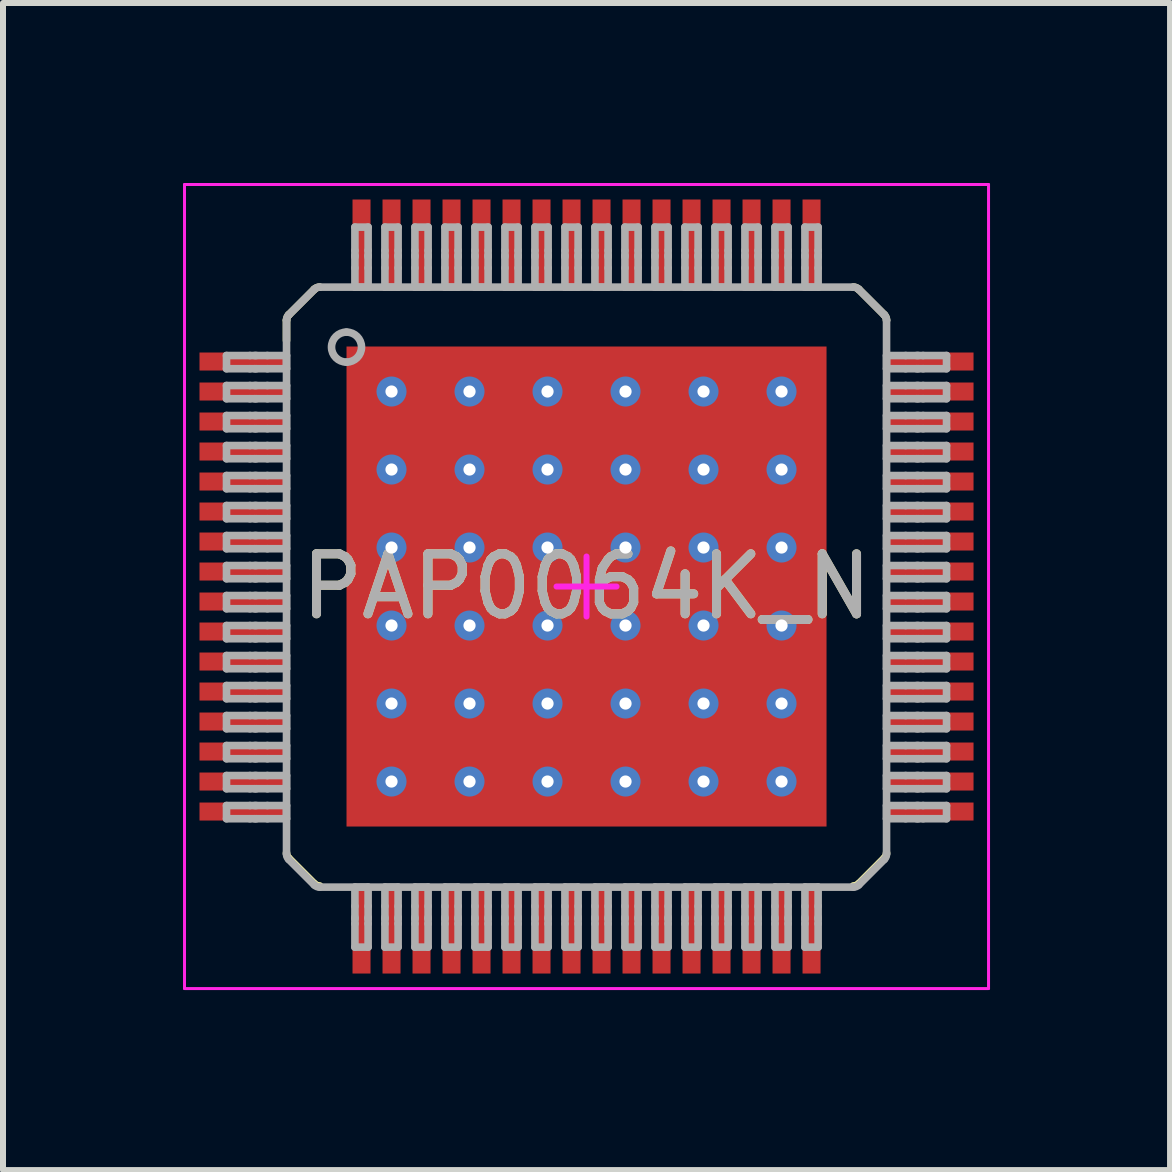
<source format=kicad_pcb>
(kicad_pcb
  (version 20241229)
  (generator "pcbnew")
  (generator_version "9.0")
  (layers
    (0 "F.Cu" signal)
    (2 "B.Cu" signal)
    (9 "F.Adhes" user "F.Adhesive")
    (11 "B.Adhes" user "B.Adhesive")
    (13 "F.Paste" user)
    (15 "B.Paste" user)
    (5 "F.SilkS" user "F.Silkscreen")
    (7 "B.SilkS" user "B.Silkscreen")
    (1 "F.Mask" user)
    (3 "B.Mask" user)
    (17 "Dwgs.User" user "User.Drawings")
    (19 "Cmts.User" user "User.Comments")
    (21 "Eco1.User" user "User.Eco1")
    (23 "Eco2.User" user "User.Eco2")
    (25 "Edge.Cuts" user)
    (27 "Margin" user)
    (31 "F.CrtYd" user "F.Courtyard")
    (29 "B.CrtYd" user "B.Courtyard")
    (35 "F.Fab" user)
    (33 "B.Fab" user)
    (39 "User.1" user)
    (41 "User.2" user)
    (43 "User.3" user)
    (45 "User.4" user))
  (footprint "PAP0064K_N"
    (layer "F.Cu")
    (at 6.725 6.725)
    (property "Reference" "PAP0064K_N" (at 0 0 0) (unlocked yes) (layer "F.SilkS") (effects (font (size 1 1) (thickness 0.15))))
    (attr smd)
    (fp_poly (pts (xy -2.32 2.274) (xy -2.32 -2.274) (xy -2.319 -2.283) (xy -2.316 -2.291) (xy -2.312 -2.299) (xy -2.306 -2.306) (xy -2.299 -2.312) (xy -2.291 -2.316) (xy -2.283 -2.319) (xy -2.274 -2.32) (xy 2.274 -2.32) (xy 2.283 -2.319) (xy 2.291 -2.316) (xy 2.299 -2.312) (xy 2.306 -2.306) (xy 2.312 -2.299) (xy 2.316 -2.291) (xy 2.319 -2.283) (xy 2.32 -2.274) (xy 2.32 2.274) (xy 2.319 2.283) (xy 2.316 2.291) (xy 2.312 2.299) (xy 2.306 2.306) (xy 2.299 2.312) (xy 2.291 2.316) (xy 2.283 2.319) (xy 2.274 2.32) (xy -2.274 2.32) (xy -2.283 2.319) (xy -2.291 2.316) (xy -2.299 2.312) (xy -2.306 2.306) (xy -2.312 2.299) (xy -2.316 2.291) (xy -2.319 2.283)) (stroke (width 0) (type solid)) (fill yes) (layer "F.Mask"))
    (fp_line (start -5 -4.438) (end -5 -4.1) (stroke (width 0.127) (type solid)) (layer "F.SilkS"))
    (fp_line (start -4.963 -4.527) (end -4.537 -4.953) (stroke (width 0.127) (type solid)) (layer "F.SilkS"))
    (fp_line (start -4.963 4.527) (end -4.537 4.953) (stroke (width 0.127) (type solid)) (layer "F.SilkS"))
    (fp_line (start 4.537 -4.953) (end 4.963 -4.527) (stroke (width 0.127) (type solid)) (layer "F.SilkS"))
    (fp_line (start 4.537 4.953) (end 4.963 4.527) (stroke (width 0.127) (type solid)) (layer "F.SilkS"))
    (fp_arc (start -5.000004 -4.437959) (mid -4.990344 -4.485986) (end -4.963224 -4.526783) (stroke (width 0.127) (type solid)) (layer "F.SilkS"))
    (fp_arc (start -4.963225 4.526783) (mid -4.990344 4.485986) (end -5.000004 4.437959) (stroke (width 0.127) (type solid)) (layer "F.SilkS"))
    (fp_arc (start -4.536808 -4.953199) (mid -4.496011 -4.980319) (end -4.447984 -4.989979) (stroke (width 0.127) (type solid)) (layer "F.SilkS"))
    (fp_arc (start -4.447984 4.989979) (mid -4.496011 4.980319) (end -4.536809 4.953199) (stroke (width 0.127) (type solid)) (layer "F.SilkS"))
    (fp_arc (start 4.447984 -4.989979) (mid 4.496011 -4.980319) (end 4.536809 -4.953199) (stroke (width 0.127) (type solid)) (layer "F.SilkS"))
    (fp_arc (start 4.536808 4.953199) (mid 4.496011 4.980319) (end 4.447984 4.989979) (stroke (width 0.127) (type solid)) (layer "F.SilkS"))
    (fp_arc (start 4.963225 -4.526783) (mid 4.990344 -4.485986) (end 5.000004 -4.437959) (stroke (width 0.127) (type solid)) (layer "F.SilkS"))
    (fp_arc (start 5.000004 4.437959) (mid 4.990344 4.485986) (end 4.963224 4.526783) (stroke (width 0.127) (type solid)) (layer "F.SilkS"))
    (fp_poly (pts (xy -2.32 2.274) (xy -2.32 -2.274) (xy -2.319 -2.283) (xy -2.316 -2.291) (xy -2.312 -2.299) (xy -2.306 -2.306) (xy -2.299 -2.312) (xy -2.291 -2.316) (xy -2.283 -2.319) (xy -2.274 -2.32) (xy 2.274 -2.32) (xy 2.283 -2.319) (xy 2.291 -2.316) (xy 2.299 -2.312) (xy 2.306 -2.306) (xy 2.312 -2.299) (xy 2.316 -2.291) (xy 2.319 -2.283) (xy 2.32 -2.274) (xy 2.32 2.274) (xy 2.319 2.283) (xy 2.316 2.291) (xy 2.312 2.299) (xy 2.306 2.306) (xy 2.299 2.312) (xy 2.291 2.316) (xy 2.283 2.319) (xy 2.274 2.32) (xy -2.274 2.32) (xy -2.283 2.319) (xy -2.291 2.316) (xy -2.299 2.312) (xy -2.306 2.306) (xy -2.312 2.299) (xy -2.316 2.291) (xy -2.319 2.283)) (stroke (width 0) (type solid)) (fill yes) (layer "F.Paste"))
    (fp_line (start -6.7 -6.7) (end 6.7 -6.7) (stroke (width 0.05) (type solid)) (layer "F.CrtYd"))
    (fp_line (start -6.7 6.7) (end -6.7 -6.7) (stroke (width 0.05) (type solid)) (layer "F.CrtYd"))
    (fp_line (start -6.7 6.7) (end 6.7 6.7) (stroke (width 0.05) (type solid)) (layer "F.CrtYd"))
    (fp_line (start -0.5 0) (end 0.5 0) (stroke (width 0.1) (type solid)) (layer "F.CrtYd"))
    (fp_line (start 0 0.5) (end 0 -0.5) (stroke (width 0.1) (type solid)) (layer "F.CrtYd"))
    (fp_line (start 6.7 6.7) (end 6.7 -6.7) (stroke (width 0.05) (type solid)) (layer "F.CrtYd"))
    (fp_line (start -6 -3.85) (end -5.61 -3.85) (stroke (width 0.127) (type solid)) (layer "F.Fab"))
    (fp_line (start -6 -3.63) (end -6 -3.85) (stroke (width 0.127) (type solid)) (layer "F.Fab"))
    (fp_line (start -6 -3.63) (end -5.61 -3.63) (stroke (width 0.127) (type solid)) (layer "F.Fab"))
    (fp_line (start -6 -3.35) (end -5.61 -3.35) (stroke (width 0.127) (type solid)) (layer "F.Fab"))
    (fp_line (start -6 -3.13) (end -6 -3.35) (stroke (width 0.127) (type solid)) (layer "F.Fab"))
    (fp_line (start -6 -3.13) (end -5.61 -3.13) (stroke (width 0.127) (type solid)) (layer "F.Fab"))
    (fp_line (start -6 -2.85) (end -5.61 -2.85) (stroke (width 0.127) (type solid)) (layer "F.Fab"))
    (fp_line (start -6 -2.63) (end -6 -2.85) (stroke (width 0.127) (type solid)) (layer "F.Fab"))
    (fp_line (start -6 -2.63) (end -5.61 -2.63) (stroke (width 0.127) (type solid)) (layer "F.Fab"))
    (fp_line (start -6 -2.35) (end -5.61 -2.35) (stroke (width 0.127) (type solid)) (layer "F.Fab"))
    (fp_line (start -6 -2.13) (end -6 -2.35) (stroke (width 0.127) (type solid)) (layer "F.Fab"))
    (fp_line (start -6 -2.13) (end -5.61 -2.13) (stroke (width 0.127) (type solid)) (layer "F.Fab"))
    (fp_line (start -6 -1.85) (end -5.61 -1.85) (stroke (width 0.127) (type solid)) (layer "F.Fab"))
    (fp_line (start -6 -1.63) (end -6 -1.85) (stroke (width 0.127) (type solid)) (layer "F.Fab"))
    (fp_line (start -6 -1.63) (end -5.61 -1.63) (stroke (width 0.127) (type solid)) (layer "F.Fab"))
    (fp_line (start -6 -1.35) (end -5.61 -1.35) (stroke (width 0.127) (type solid)) (layer "F.Fab"))
    (fp_line (start -6 -1.13) (end -6 -1.35) (stroke (width 0.127) (type solid)) (layer "F.Fab"))
    (fp_line (start -6 -1.13) (end -5.61 -1.13) (stroke (width 0.127) (type solid)) (layer "F.Fab"))
    (fp_line (start -6 -0.85) (end -5.61 -0.85) (stroke (width 0.127) (type solid)) (layer "F.Fab"))
    (fp_line (start -6 -0.63) (end -6 -0.85) (stroke (width 0.127) (type solid)) (layer "F.Fab"))
    (fp_line (start -6 -0.63) (end -5.61 -0.63) (stroke (width 0.127) (type solid)) (layer "F.Fab"))
    (fp_line (start -6 -0.35) (end -5.61 -0.35) (stroke (width 0.127) (type solid)) (layer "F.Fab"))
    (fp_line (start -6 -0.13) (end -6 -0.35) (stroke (width 0.127) (type solid)) (layer "F.Fab"))
    (fp_line (start -6 -0.13) (end -5.61 -0.13) (stroke (width 0.127) (type solid)) (layer "F.Fab"))
    (fp_line (start -6 0.15) (end -5.61 0.15) (stroke (width 0.127) (type solid)) (layer "F.Fab"))
    (fp_line (start -6 0.37) (end -6 0.15) (stroke (width 0.127) (type solid)) (layer "F.Fab"))
    (fp_line (start -6 0.37) (end -5.61 0.37) (stroke (width 0.127) (type solid)) (layer "F.Fab"))
    (fp_line (start -6 0.65) (end -5.61 0.65) (stroke (width 0.127) (type solid)) (layer "F.Fab"))
    (fp_line (start -6 0.87) (end -6 0.65) (stroke (width 0.127) (type solid)) (layer "F.Fab"))
    (fp_line (start -6 0.87) (end -5.61 0.87) (stroke (width 0.127) (type solid)) (layer "F.Fab"))
    (fp_line (start -6 1.15) (end -5.61 1.15) (stroke (width 0.127) (type solid)) (layer "F.Fab"))
    (fp_line (start -6 1.37) (end -6 1.15) (stroke (width 0.127) (type solid)) (layer "F.Fab"))
    (fp_line (start -6 1.37) (end -5.61 1.37) (stroke (width 0.127) (type solid)) (layer "F.Fab"))
    (fp_line (start -6 1.65) (end -5.61 1.65) (stroke (width 0.127) (type solid)) (layer "F.Fab"))
    (fp_line (start -6 1.87) (end -6 1.65) (stroke (width 0.127) (type solid)) (layer "F.Fab"))
    (fp_line (start -6 1.87) (end -5.61 1.87) (stroke (width 0.127) (type solid)) (layer "F.Fab"))
    (fp_line (start -6 2.15) (end -5.61 2.15) (stroke (width 0.127) (type solid)) (layer "F.Fab"))
    (fp_line (start -6 2.37) (end -6 2.15) (stroke (width 0.127) (type solid)) (layer "F.Fab"))
    (fp_line (start -6 2.37) (end -5.61 2.37) (stroke (width 0.127) (type solid)) (layer "F.Fab"))
    (fp_line (start -6 2.65) (end -5.61 2.65) (stroke (width 0.127) (type solid)) (layer "F.Fab"))
    (fp_line (start -6 2.87) (end -6 2.65) (stroke (width 0.127) (type solid)) (layer "F.Fab"))
    (fp_line (start -6 2.87) (end -5.61 2.87) (stroke (width 0.127) (type solid)) (layer "F.Fab"))
    (fp_line (start -6 3.15) (end -5.61 3.15) (stroke (width 0.127) (type solid)) (layer "F.Fab"))
    (fp_line (start -6 3.37) (end -6 3.15) (stroke (width 0.127) (type solid)) (layer "F.Fab"))
    (fp_line (start -6 3.37) (end -5.61 3.37) (stroke (width 0.127) (type solid)) (layer "F.Fab"))
    (fp_line (start -6 3.65) (end -5.61 3.65) (stroke (width 0.127) (type solid)) (layer "F.Fab"))
    (fp_line (start -6 3.87) (end -6 3.65) (stroke (width 0.127) (type solid)) (layer "F.Fab"))
    (fp_line (start -6 3.87) (end -5.61 3.87) (stroke (width 0.127) (type solid)) (layer "F.Fab"))
    (fp_line (start -5.61 -3.85) (end -5.53 -3.85) (stroke (width 0.127) (type solid)) (layer "F.Fab"))
    (fp_line (start -5.61 -3.63) (end -5.53 -3.63) (stroke (width 0.127) (type solid)) (layer "F.Fab"))
    (fp_line (start -5.61 -3.35) (end -5.53 -3.35) (stroke (width 0.127) (type solid)) (layer "F.Fab"))
    (fp_line (start -5.61 -3.13) (end -5.53 -3.13) (stroke (width 0.127) (type solid)) (layer "F.Fab"))
    (fp_line (start -5.61 -2.85) (end -5.53 -2.85) (stroke (width 0.127) (type solid)) (layer "F.Fab"))
    (fp_line (start -5.61 -2.63) (end -5.53 -2.63) (stroke (width 0.127) (type solid)) (layer "F.Fab"))
    (fp_line (start -5.61 -2.35) (end -5.53 -2.35) (stroke (width 0.127) (type solid)) (layer "F.Fab"))
    (fp_line (start -5.61 -2.13) (end -5.53 -2.13) (stroke (width 0.127) (type solid)) (layer "F.Fab"))
    (fp_line (start -5.61 -1.85) (end -5.53 -1.85) (stroke (width 0.127) (type solid)) (layer "F.Fab"))
    (fp_line (start -5.61 -1.63) (end -5.53 -1.63) (stroke (width 0.127) (type solid)) (layer "F.Fab"))
    (fp_line (start -5.61 -1.35) (end -5.53 -1.35) (stroke (width 0.127) (type solid)) (layer "F.Fab"))
    (fp_line (start -5.61 -1.13) (end -5.53 -1.13) (stroke (width 0.127) (type solid)) (layer "F.Fab"))
    (fp_line (start -5.61 -0.85) (end -5.53 -0.85) (stroke (width 0.127) (type solid)) (layer "F.Fab"))
    (fp_line (start -5.61 -0.63) (end -5.53 -0.63) (stroke (width 0.127) (type solid)) (layer "F.Fab"))
    (fp_line (start -5.61 -0.35) (end -5.53 -0.35) (stroke (width 0.127) (type solid)) (layer "F.Fab"))
    (fp_line (start -5.61 -0.13) (end -5.53 -0.13) (stroke (width 0.127) (type solid)) (layer "F.Fab"))
    (fp_line (start -5.61 0.15) (end -5.53 0.15) (stroke (width 0.127) (type solid)) (layer "F.Fab"))
    (fp_line (start -5.61 0.37) (end -5.53 0.37) (stroke (width 0.127) (type solid)) (layer "F.Fab"))
    (fp_line (start -5.61 0.65) (end -5.53 0.65) (stroke (width 0.127) (type solid)) (layer "F.Fab"))
    (fp_line (start -5.61 0.87) (end -5.53 0.87) (stroke (width 0.127) (type solid)) (layer "F.Fab"))
    (fp_line (start -5.61 1.15) (end -5.53 1.15) (stroke (width 0.127) (type solid)) (layer "F.Fab"))
    (fp_line (start -5.61 1.37) (end -5.53 1.37) (stroke (width 0.127) (type solid)) (layer "F.Fab"))
    (fp_line (start -5.61 1.65) (end -5.53 1.65) (stroke (width 0.127) (type solid)) (layer "F.Fab"))
    (fp_line (start -5.61 1.87) (end -5.53 1.87) (stroke (width 0.127) (type solid)) (layer "F.Fab"))
    (fp_line (start -5.61 2.15) (end -5.53 2.15) (stroke (width 0.127) (type solid)) (layer "F.Fab"))
    (fp_line (start -5.61 2.37) (end -5.53 2.37) (stroke (width 0.127) (type solid)) (layer "F.Fab"))
    (fp_line (start -5.61 2.65) (end -5.53 2.65) (stroke (width 0.127) (type solid)) (layer "F.Fab"))
    (fp_line (start -5.61 2.87) (end -5.53 2.87) (stroke (width 0.127) (type solid)) (layer "F.Fab"))
    (fp_line (start -5.61 3.15) (end -5.53 3.15) (stroke (width 0.127) (type solid)) (layer "F.Fab"))
    (fp_line (start -5.61 3.37) (end -5.53 3.37) (stroke (width 0.127) (type solid)) (layer "F.Fab"))
    (fp_line (start -5.61 3.65) (end -5.53 3.65) (stroke (width 0.127) (type solid)) (layer "F.Fab"))
    (fp_line (start -5.61 3.87) (end -5.53 3.87) (stroke (width 0.127) (type solid)) (layer "F.Fab"))
    (fp_line (start -5.53 -3.85) (end -5.503 -3.85) (stroke (width 0.127) (type solid)) (layer "F.Fab"))
    (fp_line (start -5.53 -3.63) (end -5.503 -3.63) (stroke (width 0.127) (type solid)) (layer "F.Fab"))
    (fp_line (start -5.53 -3.35) (end -5.503 -3.35) (stroke (width 0.127) (type solid)) (layer "F.Fab"))
    (fp_line (start -5.53 -3.13) (end -5.503 -3.13) (stroke (width 0.127) (type solid)) (layer "F.Fab"))
    (fp_line (start -5.53 -2.85) (end -5.503 -2.85) (stroke (width 0.127) (type solid)) (layer "F.Fab"))
    (fp_line (start -5.53 -2.63) (end -5.503 -2.63) (stroke (width 0.127) (type solid)) (layer "F.Fab"))
    (fp_line (start -5.53 -2.35) (end -5.503 -2.35) (stroke (width 0.127) (type solid)) (layer "F.Fab"))
    (fp_line (start -5.53 -2.13) (end -5.503 -2.13) (stroke (width 0.127) (type solid)) (layer "F.Fab"))
    (fp_line (start -5.53 -1.85) (end -5.503 -1.85) (stroke (width 0.127) (type solid)) (layer "F.Fab"))
    (fp_line (start -5.53 -1.63) (end -5.503 -1.63) (stroke (width 0.127) (type solid)) (layer "F.Fab"))
    (fp_line (start -5.53 -1.35) (end -5.503 -1.35) (stroke (width 0.127) (type solid)) (layer "F.Fab"))
    (fp_line (start -5.53 -1.13) (end -5.503 -1.13) (stroke (width 0.127) (type solid)) (layer "F.Fab"))
    (fp_line (start -5.53 -0.85) (end -5.503 -0.85) (stroke (width 0.127) (type solid)) (layer "F.Fab"))
    (fp_line (start -5.53 -0.63) (end -5.503 -0.63) (stroke (width 0.127) (type solid)) (layer "F.Fab"))
    (fp_line (start -5.53 -0.35) (end -5.503 -0.35) (stroke (width 0.127) (type solid)) (layer "F.Fab"))
    (fp_line (start -5.53 -0.13) (end -5.503 -0.13) (stroke (width 0.127) (type solid)) (layer "F.Fab"))
    (fp_line (start -5.53 0.15) (end -5.503 0.15) (stroke (width 0.127) (type solid)) (layer "F.Fab"))
    (fp_line (start -5.53 0.37) (end -5.503 0.37) (stroke (width 0.127) (type solid)) (layer "F.Fab"))
    (fp_line (start -5.53 0.65) (end -5.503 0.65) (stroke (width 0.127) (type solid)) (layer "F.Fab"))
    (fp_line (start -5.53 0.87) (end -5.503 0.87) (stroke (width 0.127) (type solid)) (layer "F.Fab"))
    (fp_line (start -5.53 1.15) (end -5.503 1.15) (stroke (width 0.127) (type solid)) (layer "F.Fab"))
    (fp_line (start -5.53 1.37) (end -5.503 1.37) (stroke (width 0.127) (type solid)) (layer "F.Fab"))
    (fp_line (start -5.53 1.65) (end -5.503 1.65) (stroke (width 0.127) (type solid)) (layer "F.Fab"))
    (fp_line (start -5.53 1.87) (end -5.503 1.87) (stroke (width 0.127) (type solid)) (layer "F.Fab"))
    (fp_line (start -5.53 2.15) (end -5.503 2.15) (stroke (width 0.127) (type solid)) (layer "F.Fab"))
    (fp_line (start -5.53 2.37) (end -5.503 2.37) (stroke (width 0.127) (type solid)) (layer "F.Fab"))
    (fp_line (start -5.53 2.65) (end -5.503 2.65) (stroke (width 0.127) (type solid)) (layer "F.Fab"))
    (fp_line (start -5.53 2.87) (end -5.503 2.87) (stroke (width 0.127) (type solid)) (layer "F.Fab"))
    (fp_line (start -5.53 3.15) (end -5.503 3.15) (stroke (width 0.127) (type solid)) (layer "F.Fab"))
    (fp_line (start -5.53 3.37) (end -5.503 3.37) (stroke (width 0.127) (type solid)) (layer "F.Fab"))
    (fp_line (start -5.53 3.65) (end -5.503 3.65) (stroke (width 0.127) (type solid)) (layer "F.Fab"))
    (fp_line (start -5.53 3.87) (end -5.503 3.87) (stroke (width 0.127) (type solid)) (layer "F.Fab"))
    (fp_line (start -5.503 -3.85) (end -5.319 -3.85) (stroke (width 0.127) (type solid)) (layer "F.Fab"))
    (fp_line (start -5.503 -3.63) (end -5.319 -3.63) (stroke (width 0.127) (type solid)) (layer "F.Fab"))
    (fp_line (start -5.503 -3.35) (end -5.319 -3.35) (stroke (width 0.127) (type solid)) (layer "F.Fab"))
    (fp_line (start -5.503 -3.13) (end -5.319 -3.13) (stroke (width 0.127) (type solid)) (layer "F.Fab"))
    (fp_line (start -5.503 -2.85) (end -5.319 -2.85) (stroke (width 0.127) (type solid)) (layer "F.Fab"))
    (fp_line (start -5.503 -2.63) (end -5.319 -2.63) (stroke (width 0.127) (type solid)) (layer "F.Fab"))
    (fp_line (start -5.503 -2.35) (end -5.319 -2.35) (stroke (width 0.127) (type solid)) (layer "F.Fab"))
    (fp_line (start -5.503 -2.13) (end -5.319 -2.13) (stroke (width 0.127) (type solid)) (layer "F.Fab"))
    (fp_line (start -5.503 -1.85) (end -5.319 -1.85) (stroke (width 0.127) (type solid)) (layer "F.Fab"))
    (fp_line (start -5.503 -1.63) (end -5.319 -1.63) (stroke (width 0.127) (type solid)) (layer "F.Fab"))
    (fp_line (start -5.503 -1.35) (end -5.319 -1.35) (stroke (width 0.127) (type solid)) (layer "F.Fab"))
    (fp_line (start -5.503 -1.13) (end -5.319 -1.13) (stroke (width 0.127) (type solid)) (layer "F.Fab"))
    (fp_line (start -5.503 -0.85) (end -5.319 -0.85) (stroke (width 0.127) (type solid)) (layer "F.Fab"))
    (fp_line (start -5.503 -0.63) (end -5.319 -0.63) (stroke (width 0.127) (type solid)) (layer "F.Fab"))
    (fp_line (start -5.503 -0.35) (end -5.319 -0.35) (stroke (width 0.127) (type solid)) (layer "F.Fab"))
    (fp_line (start -5.503 -0.13) (end -5.319 -0.13) (stroke (width 0.127) (type solid)) (layer "F.Fab"))
    (fp_line (start -5.503 0.15) (end -5.319 0.15) (stroke (width 0.127) (type solid)) (layer "F.Fab"))
    (fp_line (start -5.503 0.37) (end -5.319 0.37) (stroke (width 0.127) (type solid)) (layer "F.Fab"))
    (fp_line (start -5.503 0.65) (end -5.319 0.65) (stroke (width 0.127) (type solid)) (layer "F.Fab"))
    (fp_line (start -5.503 0.87) (end -5.319 0.87) (stroke (width 0.127) (type solid)) (layer "F.Fab"))
    (fp_line (start -5.503 1.15) (end -5.319 1.15) (stroke (width 0.127) (type solid)) (layer "F.Fab"))
    (fp_line (start -5.503 1.37) (end -5.319 1.37) (stroke (width 0.127) (type solid)) (layer "F.Fab"))
    (fp_line (start -5.503 1.65) (end -5.319 1.65) (stroke (width 0.127) (type solid)) (layer "F.Fab"))
    (fp_line (start -5.503 1.87) (end -5.319 1.87) (stroke (width 0.127) (type solid)) (layer "F.Fab"))
    (fp_line (start -5.503 2.15) (end -5.319 2.15) (stroke (width 0.127) (type solid)) (layer "F.Fab"))
    (fp_line (start -5.503 2.37) (end -5.319 2.37) (stroke (width 0.127) (type solid)) (layer "F.Fab"))
    (fp_line (start -5.503 2.65) (end -5.319 2.65) (stroke (width 0.127) (type solid)) (layer "F.Fab"))
    (fp_line (start -5.503 2.87) (end -5.319 2.87) (stroke (width 0.127) (type solid)) (layer "F.Fab"))
    (fp_line (start -5.503 3.15) (end -5.319 3.15) (stroke (width 0.127) (type solid)) (layer "F.Fab"))
    (fp_line (start -5.503 3.37) (end -5.319 3.37) (stroke (width 0.127) (type solid)) (layer "F.Fab"))
    (fp_line (start -5.503 3.65) (end -5.319 3.65) (stroke (width 0.127) (type solid)) (layer "F.Fab"))
    (fp_line (start -5.503 3.87) (end -5.319 3.87) (stroke (width 0.127) (type solid)) (layer "F.Fab"))
    (fp_line (start -5.319 -3.85) (end -5 -3.85) (stroke (width 0.127) (type solid)) (layer "F.Fab"))
    (fp_line (start -5.319 -3.63) (end -5 -3.63) (stroke (width 0.127) (type solid)) (layer "F.Fab"))
    (fp_line (start -5.319 -3.35) (end -5 -3.35) (stroke (width 0.127) (type solid)) (layer "F.Fab"))
    (fp_line (start -5.319 -3.13) (end -5 -3.13) (stroke (width 0.127) (type solid)) (layer "F.Fab"))
    (fp_line (start -5.319 -2.85) (end -5 -2.85) (stroke (width 0.127) (type solid)) (layer "F.Fab"))
    (fp_line (start -5.319 -2.63) (end -5 -2.63) (stroke (width 0.127) (type solid)) (layer "F.Fab"))
    (fp_line (start -5.319 -2.35) (end -5 -2.35) (stroke (width 0.127) (type solid)) (layer "F.Fab"))
    (fp_line (start -5.319 -2.13) (end -5 -2.13) (stroke (width 0.127) (type solid)) (layer "F.Fab"))
    (fp_line (start -5.319 -1.85) (end -5 -1.85) (stroke (width 0.127) (type solid)) (layer "F.Fab"))
    (fp_line (start -5.319 -1.63) (end -5 -1.63) (stroke (width 0.127) (type solid)) (layer "F.Fab"))
    (fp_line (start -5.319 -1.35) (end -5 -1.35) (stroke (width 0.127) (type solid)) (layer "F.Fab"))
    (fp_line (start -5.319 -1.13) (end -5 -1.13) (stroke (width 0.127) (type solid)) (layer "F.Fab"))
    (fp_line (start -5.319 -0.85) (end -5 -0.85) (stroke (width 0.127) (type solid)) (layer "F.Fab"))
    (fp_line (start -5.319 -0.63) (end -5 -0.63) (stroke (width 0.127) (type solid)) (layer "F.Fab"))
    (fp_line (start -5.319 -0.35) (end -5 -0.35) (stroke (width 0.127) (type solid)) (layer "F.Fab"))
    (fp_line (start -5.319 -0.13) (end -5 -0.13) (stroke (width 0.127) (type solid)) (layer "F.Fab"))
    (fp_line (start -5.319 0.15) (end -5 0.15) (stroke (width 0.127) (type solid)) (layer "F.Fab"))
    (fp_line (start -5.319 0.37) (end -5 0.37) (stroke (width 0.127) (type solid)) (layer "F.Fab"))
    (fp_line (start -5.319 0.65) (end -5 0.65) (stroke (width 0.127) (type solid)) (layer "F.Fab"))
    (fp_line (start -5.319 0.87) (end -5 0.87) (stroke (width 0.127) (type solid)) (layer "F.Fab"))
    (fp_line (start -5.319 1.15) (end -5 1.15) (stroke (width 0.127) (type solid)) (layer "F.Fab"))
    (fp_line (start -5.319 1.37) (end -5 1.37) (stroke (width 0.127) (type solid)) (layer "F.Fab"))
    (fp_line (start -5.319 1.65) (end -5 1.65) (stroke (width 0.127) (type solid)) (layer "F.Fab"))
    (fp_line (start -5.319 1.87) (end -5 1.87) (stroke (width 0.127) (type solid)) (layer "F.Fab"))
    (fp_line (start -5.319 2.15) (end -5 2.15) (stroke (width 0.127) (type solid)) (layer "F.Fab"))
    (fp_line (start -5.319 2.37) (end -5 2.37) (stroke (width 0.127) (type solid)) (layer "F.Fab"))
    (fp_line (start -5.319 2.65) (end -5 2.65) (stroke (width 0.127) (type solid)) (layer "F.Fab"))
    (fp_line (start -5.319 2.87) (end -5 2.87) (stroke (width 0.127) (type solid)) (layer "F.Fab"))
    (fp_line (start -5.319 3.15) (end -5 3.15) (stroke (width 0.127) (type solid)) (layer "F.Fab"))
    (fp_line (start -5.319 3.37) (end -5 3.37) (stroke (width 0.127) (type solid)) (layer "F.Fab"))
    (fp_line (start -5.319 3.65) (end -5 3.65) (stroke (width 0.127) (type solid)) (layer "F.Fab"))
    (fp_line (start -5.319 3.87) (end -5 3.87) (stroke (width 0.127) (type solid)) (layer "F.Fab"))
    (fp_line (start -5 -3.63) (end -5 -3.85) (stroke (width 0.127) (type solid)) (layer "F.Fab"))
    (fp_line (start -5 -3.13) (end -5 -3.35) (stroke (width 0.127) (type solid)) (layer "F.Fab"))
    (fp_line (start -5 -2.63) (end -5 -2.85) (stroke (width 0.127) (type solid)) (layer "F.Fab"))
    (fp_line (start -5 -2.13) (end -5 -2.35) (stroke (width 0.127) (type solid)) (layer "F.Fab"))
    (fp_line (start -5 -1.63) (end -5 -1.85) (stroke (width 0.127) (type solid)) (layer "F.Fab"))
    (fp_line (start -5 -1.13) (end -5 -1.35) (stroke (width 0.127) (type solid)) (layer "F.Fab"))
    (fp_line (start -5 -0.63) (end -5 -0.85) (stroke (width 0.127) (type solid)) (layer "F.Fab"))
    (fp_line (start -5 -0.13) (end -5 -0.35) (stroke (width 0.127) (type solid)) (layer "F.Fab"))
    (fp_line (start -5 0.37) (end -5 0.15) (stroke (width 0.127) (type solid)) (layer "F.Fab"))
    (fp_line (start -5 0.87) (end -5 0.65) (stroke (width 0.127) (type solid)) (layer "F.Fab"))
    (fp_line (start -5 1.37) (end -5 1.15) (stroke (width 0.127) (type solid)) (layer "F.Fab"))
    (fp_line (start -5 1.87) (end -5 1.65) (stroke (width 0.127) (type solid)) (layer "F.Fab"))
    (fp_line (start -5 2.37) (end -5 2.15) (stroke (width 0.127) (type solid)) (layer "F.Fab"))
    (fp_line (start -5 2.87) (end -5 2.65) (stroke (width 0.127) (type solid)) (layer "F.Fab"))
    (fp_line (start -5 3.37) (end -5 3.15) (stroke (width 0.127) (type solid)) (layer "F.Fab"))
    (fp_line (start -5 3.87) (end -5 3.65) (stroke (width 0.127) (type solid)) (layer "F.Fab"))
    (fp_line (start -5 4.458) (end -5 -4.438) (stroke (width 0.127) (type solid)) (layer "F.Fab"))
    (fp_line (start -4.963 -4.527) (end -4.537 -4.953) (stroke (width 0.127) (type solid)) (layer "F.Fab"))
    (fp_line (start -4.963 4.547) (end -4.537 4.973) (stroke (width 0.127) (type solid)) (layer "F.Fab"))
    (fp_line (start -4.448 -4.99) (end 4.448 -4.99) (stroke (width 0.127) (type solid)) (layer "F.Fab"))
    (fp_line (start -4.448 5.01) (end 4.448 5.01) (stroke (width 0.127) (type solid)) (layer "F.Fab"))
    (fp_line (start -3.86 -5.99) (end -3.64 -5.99) (stroke (width 0.127) (type solid)) (layer "F.Fab"))
    (fp_line (start -3.86 -5.6) (end -3.86 -5.99) (stroke (width 0.127) (type solid)) (layer "F.Fab"))
    (fp_line (start -3.86 -5.52) (end -3.86 -5.6) (stroke (width 0.127) (type solid)) (layer "F.Fab"))
    (fp_line (start -3.86 -5.493) (end -3.86 -5.52) (stroke (width 0.127) (type solid)) (layer "F.Fab"))
    (fp_line (start -3.86 -5.309) (end -3.86 -5.493) (stroke (width 0.127) (type solid)) (layer "F.Fab"))
    (fp_line (start -3.86 -4.99) (end -3.86 -5.309) (stroke (width 0.127) (type solid)) (layer "F.Fab"))
    (fp_line (start -3.86 -4.99) (end -3.64 -4.99) (stroke (width 0.127) (type solid)) (layer "F.Fab"))
    (fp_line (start -3.86 5.01) (end -3.64 5.01) (stroke (width 0.127) (type solid)) (layer "F.Fab"))
    (fp_line (start -3.86 5.329) (end -3.86 5.01) (stroke (width 0.127) (type solid)) (layer "F.Fab"))
    (fp_line (start -3.86 5.513) (end -3.86 5.329) (stroke (width 0.127) (type solid)) (layer "F.Fab"))
    (fp_line (start -3.86 5.54) (end -3.86 5.513) (stroke (width 0.127) (type solid)) (layer "F.Fab"))
    (fp_line (start -3.86 5.62) (end -3.86 5.54) (stroke (width 0.127) (type solid)) (layer "F.Fab"))
    (fp_line (start -3.86 6.01) (end -3.86 5.62) (stroke (width 0.127) (type solid)) (layer "F.Fab"))
    (fp_line (start -3.86 6.01) (end -3.64 6.01) (stroke (width 0.127) (type solid)) (layer "F.Fab"))
    (fp_line (start -3.64 -5.6) (end -3.64 -5.99) (stroke (width 0.127) (type solid)) (layer "F.Fab"))
    (fp_line (start -3.64 -5.52) (end -3.64 -5.6) (stroke (width 0.127) (type solid)) (layer "F.Fab"))
    (fp_line (start -3.64 -5.493) (end -3.64 -5.52) (stroke (width 0.127) (type solid)) (layer "F.Fab"))
    (fp_line (start -3.64 -5.309) (end -3.64 -5.493) (stroke (width 0.127) (type solid)) (layer "F.Fab"))
    (fp_line (start -3.64 -4.99) (end -3.64 -5.309) (stroke (width 0.127) (type solid)) (layer "F.Fab"))
    (fp_line (start -3.64 5.329) (end -3.64 5.01) (stroke (width 0.127) (type solid)) (layer "F.Fab"))
    (fp_line (start -3.64 5.513) (end -3.64 5.329) (stroke (width 0.127) (type solid)) (layer "F.Fab"))
    (fp_line (start -3.64 5.54) (end -3.64 5.513) (stroke (width 0.127) (type solid)) (layer "F.Fab"))
    (fp_line (start -3.64 5.62) (end -3.64 5.54) (stroke (width 0.127) (type solid)) (layer "F.Fab"))
    (fp_line (start -3.64 6.01) (end -3.64 5.62) (stroke (width 0.127) (type solid)) (layer "F.Fab"))
    (fp_line (start -3.36 -5.99) (end -3.14 -5.99) (stroke (width 0.127) (type solid)) (layer "F.Fab"))
    (fp_line (start -3.36 -5.6) (end -3.36 -5.99) (stroke (width 0.127) (type solid)) (layer "F.Fab"))
    (fp_line (start -3.36 -5.52) (end -3.36 -5.6) (stroke (width 0.127) (type solid)) (layer "F.Fab"))
    (fp_line (start -3.36 -5.493) (end -3.36 -5.52) (stroke (width 0.127) (type solid)) (layer "F.Fab"))
    (fp_line (start -3.36 -5.309) (end -3.36 -5.493) (stroke (width 0.127) (type solid)) (layer "F.Fab"))
    (fp_line (start -3.36 -4.99) (end -3.36 -5.309) (stroke (width 0.127) (type solid)) (layer "F.Fab"))
    (fp_line (start -3.36 -4.99) (end -3.14 -4.99) (stroke (width 0.127) (type solid)) (layer "F.Fab"))
    (fp_line (start -3.36 5.01) (end -3.14 5.01) (stroke (width 0.127) (type solid)) (layer "F.Fab"))
    (fp_line (start -3.36 5.329) (end -3.36 5.01) (stroke (width 0.127) (type solid)) (layer "F.Fab"))
    (fp_line (start -3.36 5.513) (end -3.36 5.329) (stroke (width 0.127) (type solid)) (layer "F.Fab"))
    (fp_line (start -3.36 5.54) (end -3.36 5.513) (stroke (width 0.127) (type solid)) (layer "F.Fab"))
    (fp_line (start -3.36 5.62) (end -3.36 5.54) (stroke (width 0.127) (type solid)) (layer "F.Fab"))
    (fp_line (start -3.36 6.01) (end -3.36 5.62) (stroke (width 0.127) (type solid)) (layer "F.Fab"))
    (fp_line (start -3.36 6.01) (end -3.14 6.01) (stroke (width 0.127) (type solid)) (layer "F.Fab"))
    (fp_line (start -3.14 -5.6) (end -3.14 -5.99) (stroke (width 0.127) (type solid)) (layer "F.Fab"))
    (fp_line (start -3.14 -5.52) (end -3.14 -5.6) (stroke (width 0.127) (type solid)) (layer "F.Fab"))
    (fp_line (start -3.14 -5.493) (end -3.14 -5.52) (stroke (width 0.127) (type solid)) (layer "F.Fab"))
    (fp_line (start -3.14 -5.309) (end -3.14 -5.493) (stroke (width 0.127) (type solid)) (layer "F.Fab"))
    (fp_line (start -3.14 -4.99) (end -3.14 -5.309) (stroke (width 0.127) (type solid)) (layer "F.Fab"))
    (fp_line (start -3.14 5.329) (end -3.14 5.01) (stroke (width 0.127) (type solid)) (layer "F.Fab"))
    (fp_line (start -3.14 5.513) (end -3.14 5.329) (stroke (width 0.127) (type solid)) (layer "F.Fab"))
    (fp_line (start -3.14 5.54) (end -3.14 5.513) (stroke (width 0.127) (type solid)) (layer "F.Fab"))
    (fp_line (start -3.14 5.62) (end -3.14 5.54) (stroke (width 0.127) (type solid)) (layer "F.Fab"))
    (fp_line (start -3.14 6.01) (end -3.14 5.62) (stroke (width 0.127) (type solid)) (layer "F.Fab"))
    (fp_line (start -2.86 -5.99) (end -2.64 -5.99) (stroke (width 0.127) (type solid)) (layer "F.Fab"))
    (fp_line (start -2.86 -5.6) (end -2.86 -5.99) (stroke (width 0.127) (type solid)) (layer "F.Fab"))
    (fp_line (start -2.86 -5.52) (end -2.86 -5.6) (stroke (width 0.127) (type solid)) (layer "F.Fab"))
    (fp_line (start -2.86 -5.493) (end -2.86 -5.52) (stroke (width 0.127) (type solid)) (layer "F.Fab"))
    (fp_line (start -2.86 -5.309) (end -2.86 -5.493) (stroke (width 0.127) (type solid)) (layer "F.Fab"))
    (fp_line (start -2.86 -4.99) (end -2.86 -5.309) (stroke (width 0.127) (type solid)) (layer "F.Fab"))
    (fp_line (start -2.86 -4.99) (end -2.64 -4.99) (stroke (width 0.127) (type solid)) (layer "F.Fab"))
    (fp_line (start -2.86 5.01) (end -2.64 5.01) (stroke (width 0.127) (type solid)) (layer "F.Fab"))
    (fp_line (start -2.86 5.329) (end -2.86 5.01) (stroke (width 0.127) (type solid)) (layer "F.Fab"))
    (fp_line (start -2.86 5.513) (end -2.86 5.329) (stroke (width 0.127) (type solid)) (layer "F.Fab"))
    (fp_line (start -2.86 5.54) (end -2.86 5.513) (stroke (width 0.127) (type solid)) (layer "F.Fab"))
    (fp_line (start -2.86 5.62) (end -2.86 5.54) (stroke (width 0.127) (type solid)) (layer "F.Fab"))
    (fp_line (start -2.86 6.01) (end -2.86 5.62) (stroke (width 0.127) (type solid)) (layer "F.Fab"))
    (fp_line (start -2.86 6.01) (end -2.64 6.01) (stroke (width 0.127) (type solid)) (layer "F.Fab"))
    (fp_line (start -2.64 -5.6) (end -2.64 -5.99) (stroke (width 0.127) (type solid)) (layer "F.Fab"))
    (fp_line (start -2.64 -5.52) (end -2.64 -5.6) (stroke (width 0.127) (type solid)) (layer "F.Fab"))
    (fp_line (start -2.64 -5.493) (end -2.64 -5.52) (stroke (width 0.127) (type solid)) (layer "F.Fab"))
    (fp_line (start -2.64 -5.309) (end -2.64 -5.493) (stroke (width 0.127) (type solid)) (layer "F.Fab"))
    (fp_line (start -2.64 -4.99) (end -2.64 -5.309) (stroke (width 0.127) (type solid)) (layer "F.Fab"))
    (fp_line (start -2.64 5.329) (end -2.64 5.01) (stroke (width 0.127) (type solid)) (layer "F.Fab"))
    (fp_line (start -2.64 5.513) (end -2.64 5.329) (stroke (width 0.127) (type solid)) (layer "F.Fab"))
    (fp_line (start -2.64 5.54) (end -2.64 5.513) (stroke (width 0.127) (type solid)) (layer "F.Fab"))
    (fp_line (start -2.64 5.62) (end -2.64 5.54) (stroke (width 0.127) (type solid)) (layer "F.Fab"))
    (fp_line (start -2.64 6.01) (end -2.64 5.62) (stroke (width 0.127) (type solid)) (layer "F.Fab"))
    (fp_line (start -2.36 -5.99) (end -2.14 -5.99) (stroke (width 0.127) (type solid)) (layer "F.Fab"))
    (fp_line (start -2.36 -5.6) (end -2.36 -5.99) (stroke (width 0.127) (type solid)) (layer "F.Fab"))
    (fp_line (start -2.36 -5.52) (end -2.36 -5.6) (stroke (width 0.127) (type solid)) (layer "F.Fab"))
    (fp_line (start -2.36 -5.493) (end -2.36 -5.52) (stroke (width 0.127) (type solid)) (layer "F.Fab"))
    (fp_line (start -2.36 -5.309) (end -2.36 -5.493) (stroke (width 0.127) (type solid)) (layer "F.Fab"))
    (fp_line (start -2.36 -4.99) (end -2.36 -5.309) (stroke (width 0.127) (type solid)) (layer "F.Fab"))
    (fp_line (start -2.36 -4.99) (end -2.14 -4.99) (stroke (width 0.127) (type solid)) (layer "F.Fab"))
    (fp_line (start -2.36 5.01) (end -2.14 5.01) (stroke (width 0.127) (type solid)) (layer "F.Fab"))
    (fp_line (start -2.36 5.329) (end -2.36 5.01) (stroke (width 0.127) (type solid)) (layer "F.Fab"))
    (fp_line (start -2.36 5.513) (end -2.36 5.329) (stroke (width 0.127) (type solid)) (layer "F.Fab"))
    (fp_line (start -2.36 5.54) (end -2.36 5.513) (stroke (width 0.127) (type solid)) (layer "F.Fab"))
    (fp_line (start -2.36 5.62) (end -2.36 5.54) (stroke (width 0.127) (type solid)) (layer "F.Fab"))
    (fp_line (start -2.36 6.01) (end -2.36 5.62) (stroke (width 0.127) (type solid)) (layer "F.Fab"))
    (fp_line (start -2.36 6.01) (end -2.14 6.01) (stroke (width 0.127) (type solid)) (layer "F.Fab"))
    (fp_line (start -2.14 -5.6) (end -2.14 -5.99) (stroke (width 0.127) (type solid)) (layer "F.Fab"))
    (fp_line (start -2.14 -5.52) (end -2.14 -5.6) (stroke (width 0.127) (type solid)) (layer "F.Fab"))
    (fp_line (start -2.14 -5.493) (end -2.14 -5.52) (stroke (width 0.127) (type solid)) (layer "F.Fab"))
    (fp_line (start -2.14 -5.309) (end -2.14 -5.493) (stroke (width 0.127) (type solid)) (layer "F.Fab"))
    (fp_line (start -2.14 -4.99) (end -2.14 -5.309) (stroke (width 0.127) (type solid)) (layer "F.Fab"))
    (fp_line (start -2.14 5.329) (end -2.14 5.01) (stroke (width 0.127) (type solid)) (layer "F.Fab"))
    (fp_line (start -2.14 5.513) (end -2.14 5.329) (stroke (width 0.127) (type solid)) (layer "F.Fab"))
    (fp_line (start -2.14 5.54) (end -2.14 5.513) (stroke (width 0.127) (type solid)) (layer "F.Fab"))
    (fp_line (start -2.14 5.62) (end -2.14 5.54) (stroke (width 0.127) (type solid)) (layer "F.Fab"))
    (fp_line (start -2.14 6.01) (end -2.14 5.62) (stroke (width 0.127) (type solid)) (layer "F.Fab"))
    (fp_line (start -1.86 -5.99) (end -1.64 -5.99) (stroke (width 0.127) (type solid)) (layer "F.Fab"))
    (fp_line (start -1.86 -5.6) (end -1.86 -5.99) (stroke (width 0.127) (type solid)) (layer "F.Fab"))
    (fp_line (start -1.86 -5.52) (end -1.86 -5.6) (stroke (width 0.127) (type solid)) (layer "F.Fab"))
    (fp_line (start -1.86 -5.493) (end -1.86 -5.52) (stroke (width 0.127) (type solid)) (layer "F.Fab"))
    (fp_line (start -1.86 -5.309) (end -1.86 -5.493) (stroke (width 0.127) (type solid)) (layer "F.Fab"))
    (fp_line (start -1.86 -4.99) (end -1.86 -5.309) (stroke (width 0.127) (type solid)) (layer "F.Fab"))
    (fp_line (start -1.86 -4.99) (end -1.64 -4.99) (stroke (width 0.127) (type solid)) (layer "F.Fab"))
    (fp_line (start -1.86 5.01) (end -1.64 5.01) (stroke (width 0.127) (type solid)) (layer "F.Fab"))
    (fp_line (start -1.86 5.329) (end -1.86 5.01) (stroke (width 0.127) (type solid)) (layer "F.Fab"))
    (fp_line (start -1.86 5.513) (end -1.86 5.329) (stroke (width 0.127) (type solid)) (layer "F.Fab"))
    (fp_line (start -1.86 5.54) (end -1.86 5.513) (stroke (width 0.127) (type solid)) (layer "F.Fab"))
    (fp_line (start -1.86 5.62) (end -1.86 5.54) (stroke (width 0.127) (type solid)) (layer "F.Fab"))
    (fp_line (start -1.86 6.01) (end -1.86 5.62) (stroke (width 0.127) (type solid)) (layer "F.Fab"))
    (fp_line (start -1.86 6.01) (end -1.64 6.01) (stroke (width 0.127) (type solid)) (layer "F.Fab"))
    (fp_line (start -1.64 -5.6) (end -1.64 -5.99) (stroke (width 0.127) (type solid)) (layer "F.Fab"))
    (fp_line (start -1.64 -5.52) (end -1.64 -5.6) (stroke (width 0.127) (type solid)) (layer "F.Fab"))
    (fp_line (start -1.64 -5.493) (end -1.64 -5.52) (stroke (width 0.127) (type solid)) (layer "F.Fab"))
    (fp_line (start -1.64 -5.309) (end -1.64 -5.493) (stroke (width 0.127) (type solid)) (layer "F.Fab"))
    (fp_line (start -1.64 -4.99) (end -1.64 -5.309) (stroke (width 0.127) (type solid)) (layer "F.Fab"))
    (fp_line (start -1.64 5.329) (end -1.64 5.01) (stroke (width 0.127) (type solid)) (layer "F.Fab"))
    (fp_line (start -1.64 5.513) (end -1.64 5.329) (stroke (width 0.127) (type solid)) (layer "F.Fab"))
    (fp_line (start -1.64 5.54) (end -1.64 5.513) (stroke (width 0.127) (type solid)) (layer "F.Fab"))
    (fp_line (start -1.64 5.62) (end -1.64 5.54) (stroke (width 0.127) (type solid)) (layer "F.Fab"))
    (fp_line (start -1.64 6.01) (end -1.64 5.62) (stroke (width 0.127) (type solid)) (layer "F.Fab"))
    (fp_line (start -1.36 -5.99) (end -1.14 -5.99) (stroke (width 0.127) (type solid)) (layer "F.Fab"))
    (fp_line (start -1.36 -5.6) (end -1.36 -5.99) (stroke (width 0.127) (type solid)) (layer "F.Fab"))
    (fp_line (start -1.36 -5.52) (end -1.36 -5.6) (stroke (width 0.127) (type solid)) (layer "F.Fab"))
    (fp_line (start -1.36 -5.493) (end -1.36 -5.52) (stroke (width 0.127) (type solid)) (layer "F.Fab"))
    (fp_line (start -1.36 -5.309) (end -1.36 -5.493) (stroke (width 0.127) (type solid)) (layer "F.Fab"))
    (fp_line (start -1.36 -4.99) (end -1.36 -5.309) (stroke (width 0.127) (type solid)) (layer "F.Fab"))
    (fp_line (start -1.36 -4.99) (end -1.14 -4.99) (stroke (width 0.127) (type solid)) (layer "F.Fab"))
    (fp_line (start -1.36 5.01) (end -1.14 5.01) (stroke (width 0.127) (type solid)) (layer "F.Fab"))
    (fp_line (start -1.36 5.329) (end -1.36 5.01) (stroke (width 0.127) (type solid)) (layer "F.Fab"))
    (fp_line (start -1.36 5.513) (end -1.36 5.329) (stroke (width 0.127) (type solid)) (layer "F.Fab"))
    (fp_line (start -1.36 5.54) (end -1.36 5.513) (stroke (width 0.127) (type solid)) (layer "F.Fab"))
    (fp_line (start -1.36 5.62) (end -1.36 5.54) (stroke (width 0.127) (type solid)) (layer "F.Fab"))
    (fp_line (start -1.36 6.01) (end -1.36 5.62) (stroke (width 0.127) (type solid)) (layer "F.Fab"))
    (fp_line (start -1.36 6.01) (end -1.14 6.01) (stroke (width 0.127) (type solid)) (layer "F.Fab"))
    (fp_line (start -1.14 -5.6) (end -1.14 -5.99) (stroke (width 0.127) (type solid)) (layer "F.Fab"))
    (fp_line (start -1.14 -5.52) (end -1.14 -5.6) (stroke (width 0.127) (type solid)) (layer "F.Fab"))
    (fp_line (start -1.14 -5.493) (end -1.14 -5.52) (stroke (width 0.127) (type solid)) (layer "F.Fab"))
    (fp_line (start -1.14 -5.309) (end -1.14 -5.493) (stroke (width 0.127) (type solid)) (layer "F.Fab"))
    (fp_line (start -1.14 -4.99) (end -1.14 -5.309) (stroke (width 0.127) (type solid)) (layer "F.Fab"))
    (fp_line (start -1.14 5.329) (end -1.14 5.01) (stroke (width 0.127) (type solid)) (layer "F.Fab"))
    (fp_line (start -1.14 5.513) (end -1.14 5.329) (stroke (width 0.127) (type solid)) (layer "F.Fab"))
    (fp_line (start -1.14 5.54) (end -1.14 5.513) (stroke (width 0.127) (type solid)) (layer "F.Fab"))
    (fp_line (start -1.14 5.62) (end -1.14 5.54) (stroke (width 0.127) (type solid)) (layer "F.Fab"))
    (fp_line (start -1.14 6.01) (end -1.14 5.62) (stroke (width 0.127) (type solid)) (layer "F.Fab"))
    (fp_line (start -0.86 -5.99) (end -0.64 -5.99) (stroke (width 0.127) (type solid)) (layer "F.Fab"))
    (fp_line (start -0.86 -5.6) (end -0.86 -5.99) (stroke (width 0.127) (type solid)) (layer "F.Fab"))
    (fp_line (start -0.86 -5.52) (end -0.86 -5.6) (stroke (width 0.127) (type solid)) (layer "F.Fab"))
    (fp_line (start -0.86 -5.493) (end -0.86 -5.52) (stroke (width 0.127) (type solid)) (layer "F.Fab"))
    (fp_line (start -0.86 -5.309) (end -0.86 -5.493) (stroke (width 0.127) (type solid)) (layer "F.Fab"))
    (fp_line (start -0.86 -4.99) (end -0.86 -5.309) (stroke (width 0.127) (type solid)) (layer "F.Fab"))
    (fp_line (start -0.86 -4.99) (end -0.64 -4.99) (stroke (width 0.127) (type solid)) (layer "F.Fab"))
    (fp_line (start -0.86 5.01) (end -0.64 5.01) (stroke (width 0.127) (type solid)) (layer "F.Fab"))
    (fp_line (start -0.86 5.329) (end -0.86 5.01) (stroke (width 0.127) (type solid)) (layer "F.Fab"))
    (fp_line (start -0.86 5.513) (end -0.86 5.329) (stroke (width 0.127) (type solid)) (layer "F.Fab"))
    (fp_line (start -0.86 5.54) (end -0.86 5.513) (stroke (width 0.127) (type solid)) (layer "F.Fab"))
    (fp_line (start -0.86 5.62) (end -0.86 5.54) (stroke (width 0.127) (type solid)) (layer "F.Fab"))
    (fp_line (start -0.86 6.01) (end -0.86 5.62) (stroke (width 0.127) (type solid)) (layer "F.Fab"))
    (fp_line (start -0.86 6.01) (end -0.64 6.01) (stroke (width 0.127) (type solid)) (layer "F.Fab"))
    (fp_line (start -0.64 -5.6) (end -0.64 -5.99) (stroke (width 0.127) (type solid)) (layer "F.Fab"))
    (fp_line (start -0.64 -5.52) (end -0.64 -5.6) (stroke (width 0.127) (type solid)) (layer "F.Fab"))
    (fp_line (start -0.64 -5.493) (end -0.64 -5.52) (stroke (width 0.127) (type solid)) (layer "F.Fab"))
    (fp_line (start -0.64 -5.309) (end -0.64 -5.493) (stroke (width 0.127) (type solid)) (layer "F.Fab"))
    (fp_line (start -0.64 -4.99) (end -0.64 -5.309) (stroke (width 0.127) (type solid)) (layer "F.Fab"))
    (fp_line (start -0.64 5.329) (end -0.64 5.01) (stroke (width 0.127) (type solid)) (layer "F.Fab"))
    (fp_line (start -0.64 5.513) (end -0.64 5.329) (stroke (width 0.127) (type solid)) (layer "F.Fab"))
    (fp_line (start -0.64 5.54) (end -0.64 5.513) (stroke (width 0.127) (type solid)) (layer "F.Fab"))
    (fp_line (start -0.64 5.62) (end -0.64 5.54) (stroke (width 0.127) (type solid)) (layer "F.Fab"))
    (fp_line (start -0.64 6.01) (end -0.64 5.62) (stroke (width 0.127) (type solid)) (layer "F.Fab"))
    (fp_line (start -0.36 -5.99) (end -0.14 -5.99) (stroke (width 0.127) (type solid)) (layer "F.Fab"))
    (fp_line (start -0.36 -5.6) (end -0.36 -5.99) (stroke (width 0.127) (type solid)) (layer "F.Fab"))
    (fp_line (start -0.36 -5.52) (end -0.36 -5.6) (stroke (width 0.127) (type solid)) (layer "F.Fab"))
    (fp_line (start -0.36 -5.493) (end -0.36 -5.52) (stroke (width 0.127) (type solid)) (layer "F.Fab"))
    (fp_line (start -0.36 -5.309) (end -0.36 -5.493) (stroke (width 0.127) (type solid)) (layer "F.Fab"))
    (fp_line (start -0.36 -4.99) (end -0.36 -5.309) (stroke (width 0.127) (type solid)) (layer "F.Fab"))
    (fp_line (start -0.36 -4.99) (end -0.14 -4.99) (stroke (width 0.127) (type solid)) (layer "F.Fab"))
    (fp_line (start -0.36 5.01) (end -0.14 5.01) (stroke (width 0.127) (type solid)) (layer "F.Fab"))
    (fp_line (start -0.36 5.329) (end -0.36 5.01) (stroke (width 0.127) (type solid)) (layer "F.Fab"))
    (fp_line (start -0.36 5.513) (end -0.36 5.329) (stroke (width 0.127) (type solid)) (layer "F.Fab"))
    (fp_line (start -0.36 5.54) (end -0.36 5.513) (stroke (width 0.127) (type solid)) (layer "F.Fab"))
    (fp_line (start -0.36 5.62) (end -0.36 5.54) (stroke (width 0.127) (type solid)) (layer "F.Fab"))
    (fp_line (start -0.36 6.01) (end -0.36 5.62) (stroke (width 0.127) (type solid)) (layer "F.Fab"))
    (fp_line (start -0.36 6.01) (end -0.14 6.01) (stroke (width 0.127) (type solid)) (layer "F.Fab"))
    (fp_line (start -0.14 -5.6) (end -0.14 -5.99) (stroke (width 0.127) (type solid)) (layer "F.Fab"))
    (fp_line (start -0.14 -5.52) (end -0.14 -5.6) (stroke (width 0.127) (type solid)) (layer "F.Fab"))
    (fp_line (start -0.14 -5.493) (end -0.14 -5.52) (stroke (width 0.127) (type solid)) (layer "F.Fab"))
    (fp_line (start -0.14 -5.309) (end -0.14 -5.493) (stroke (width 0.127) (type solid)) (layer "F.Fab"))
    (fp_line (start -0.14 -4.99) (end -0.14 -5.309) (stroke (width 0.127) (type solid)) (layer "F.Fab"))
    (fp_line (start -0.14 5.329) (end -0.14 5.01) (stroke (width 0.127) (type solid)) (layer "F.Fab"))
    (fp_line (start -0.14 5.513) (end -0.14 5.329) (stroke (width 0.127) (type solid)) (layer "F.Fab"))
    (fp_line (start -0.14 5.54) (end -0.14 5.513) (stroke (width 0.127) (type solid)) (layer "F.Fab"))
    (fp_line (start -0.14 5.62) (end -0.14 5.54) (stroke (width 0.127) (type solid)) (layer "F.Fab"))
    (fp_line (start -0.14 6.01) (end -0.14 5.62) (stroke (width 0.127) (type solid)) (layer "F.Fab"))
    (fp_line (start 0.14 -5.99) (end 0.36 -5.99) (stroke (width 0.127) (type solid)) (layer "F.Fab"))
    (fp_line (start 0.14 -5.6) (end 0.14 -5.99) (stroke (width 0.127) (type solid)) (layer "F.Fab"))
    (fp_line (start 0.14 -5.52) (end 0.14 -5.6) (stroke (width 0.127) (type solid)) (layer "F.Fab"))
    (fp_line (start 0.14 -5.493) (end 0.14 -5.52) (stroke (width 0.127) (type solid)) (layer "F.Fab"))
    (fp_line (start 0.14 -5.309) (end 0.14 -5.493) (stroke (width 0.127) (type solid)) (layer "F.Fab"))
    (fp_line (start 0.14 -4.99) (end 0.14 -5.309) (stroke (width 0.127) (type solid)) (layer "F.Fab"))
    (fp_line (start 0.14 -4.99) (end 0.36 -4.99) (stroke (width 0.127) (type solid)) (layer "F.Fab"))
    (fp_line (start 0.14 5.01) (end 0.36 5.01) (stroke (width 0.127) (type solid)) (layer "F.Fab"))
    (fp_line (start 0.14 5.329) (end 0.14 5.01) (stroke (width 0.127) (type solid)) (layer "F.Fab"))
    (fp_line (start 0.14 5.513) (end 0.14 5.329) (stroke (width 0.127) (type solid)) (layer "F.Fab"))
    (fp_line (start 0.14 5.54) (end 0.14 5.513) (stroke (width 0.127) (type solid)) (layer "F.Fab"))
    (fp_line (start 0.14 5.62) (end 0.14 5.54) (stroke (width 0.127) (type solid)) (layer "F.Fab"))
    (fp_line (start 0.14 6.01) (end 0.14 5.62) (stroke (width 0.127) (type solid)) (layer "F.Fab"))
    (fp_line (start 0.14 6.01) (end 0.36 6.01) (stroke (width 0.127) (type solid)) (layer "F.Fab"))
    (fp_line (start 0.36 -5.6) (end 0.36 -5.99) (stroke (width 0.127) (type solid)) (layer "F.Fab"))
    (fp_line (start 0.36 -5.52) (end 0.36 -5.6) (stroke (width 0.127) (type solid)) (layer "F.Fab"))
    (fp_line (start 0.36 -5.493) (end 0.36 -5.52) (stroke (width 0.127) (type solid)) (layer "F.Fab"))
    (fp_line (start 0.36 -5.309) (end 0.36 -5.493) (stroke (width 0.127) (type solid)) (layer "F.Fab"))
    (fp_line (start 0.36 -4.99) (end 0.36 -5.309) (stroke (width 0.127) (type solid)) (layer "F.Fab"))
    (fp_line (start 0.36 5.329) (end 0.36 5.01) (stroke (width 0.127) (type solid)) (layer "F.Fab"))
    (fp_line (start 0.36 5.513) (end 0.36 5.329) (stroke (width 0.127) (type solid)) (layer "F.Fab"))
    (fp_line (start 0.36 5.54) (end 0.36 5.513) (stroke (width 0.127) (type solid)) (layer "F.Fab"))
    (fp_line (start 0.36 5.62) (end 0.36 5.54) (stroke (width 0.127) (type solid)) (layer "F.Fab"))
    (fp_line (start 0.36 6.01) (end 0.36 5.62) (stroke (width 0.127) (type solid)) (layer "F.Fab"))
    (fp_line (start 0.64 -5.99) (end 0.86 -5.99) (stroke (width 0.127) (type solid)) (layer "F.Fab"))
    (fp_line (start 0.64 -5.6) (end 0.64 -5.99) (stroke (width 0.127) (type solid)) (layer "F.Fab"))
    (fp_line (start 0.64 -5.52) (end 0.64 -5.6) (stroke (width 0.127) (type solid)) (layer "F.Fab"))
    (fp_line (start 0.64 -5.493) (end 0.64 -5.52) (stroke (width 0.127) (type solid)) (layer "F.Fab"))
    (fp_line (start 0.64 -5.309) (end 0.64 -5.493) (stroke (width 0.127) (type solid)) (layer "F.Fab"))
    (fp_line (start 0.64 -4.99) (end 0.64 -5.309) (stroke (width 0.127) (type solid)) (layer "F.Fab"))
    (fp_line (start 0.64 -4.99) (end 0.86 -4.99) (stroke (width 0.127) (type solid)) (layer "F.Fab"))
    (fp_line (start 0.64 5.01) (end 0.86 5.01) (stroke (width 0.127) (type solid)) (layer "F.Fab"))
    (fp_line (start 0.64 5.329) (end 0.64 5.01) (stroke (width 0.127) (type solid)) (layer "F.Fab"))
    (fp_line (start 0.64 5.513) (end 0.64 5.329) (stroke (width 0.127) (type solid)) (layer "F.Fab"))
    (fp_line (start 0.64 5.54) (end 0.64 5.513) (stroke (width 0.127) (type solid)) (layer "F.Fab"))
    (fp_line (start 0.64 5.62) (end 0.64 5.54) (stroke (width 0.127) (type solid)) (layer "F.Fab"))
    (fp_line (start 0.64 6.01) (end 0.64 5.62) (stroke (width 0.127) (type solid)) (layer "F.Fab"))
    (fp_line (start 0.64 6.01) (end 0.86 6.01) (stroke (width 0.127) (type solid)) (layer "F.Fab"))
    (fp_line (start 0.86 -5.6) (end 0.86 -5.99) (stroke (width 0.127) (type solid)) (layer "F.Fab"))
    (fp_line (start 0.86 -5.52) (end 0.86 -5.6) (stroke (width 0.127) (type solid)) (layer "F.Fab"))
    (fp_line (start 0.86 -5.493) (end 0.86 -5.52) (stroke (width 0.127) (type solid)) (layer "F.Fab"))
    (fp_line (start 0.86 -5.309) (end 0.86 -5.493) (stroke (width 0.127) (type solid)) (layer "F.Fab"))
    (fp_line (start 0.86 -4.99) (end 0.86 -5.309) (stroke (width 0.127) (type solid)) (layer "F.Fab"))
    (fp_line (start 0.86 5.329) (end 0.86 5.01) (stroke (width 0.127) (type solid)) (layer "F.Fab"))
    (fp_line (start 0.86 5.513) (end 0.86 5.329) (stroke (width 0.127) (type solid)) (layer "F.Fab"))
    (fp_line (start 0.86 5.54) (end 0.86 5.513) (stroke (width 0.127) (type solid)) (layer "F.Fab"))
    (fp_line (start 0.86 5.62) (end 0.86 5.54) (stroke (width 0.127) (type solid)) (layer "F.Fab"))
    (fp_line (start 0.86 6.01) (end 0.86 5.62) (stroke (width 0.127) (type solid)) (layer "F.Fab"))
    (fp_line (start 1.14 -5.99) (end 1.36 -5.99) (stroke (width 0.127) (type solid)) (layer "F.Fab"))
    (fp_line (start 1.14 -5.6) (end 1.14 -5.99) (stroke (width 0.127) (type solid)) (layer "F.Fab"))
    (fp_line (start 1.14 -5.52) (end 1.14 -5.6) (stroke (width 0.127) (type solid)) (layer "F.Fab"))
    (fp_line (start 1.14 -5.493) (end 1.14 -5.52) (stroke (width 0.127) (type solid)) (layer "F.Fab"))
    (fp_line (start 1.14 -5.309) (end 1.14 -5.493) (stroke (width 0.127) (type solid)) (layer "F.Fab"))
    (fp_line (start 1.14 -4.99) (end 1.14 -5.309) (stroke (width 0.127) (type solid)) (layer "F.Fab"))
    (fp_line (start 1.14 -4.99) (end 1.36 -4.99) (stroke (width 0.127) (type solid)) (layer "F.Fab"))
    (fp_line (start 1.14 5.01) (end 1.36 5.01) (stroke (width 0.127) (type solid)) (layer "F.Fab"))
    (fp_line (start 1.14 5.329) (end 1.14 5.01) (stroke (width 0.127) (type solid)) (layer "F.Fab"))
    (fp_line (start 1.14 5.513) (end 1.14 5.329) (stroke (width 0.127) (type solid)) (layer "F.Fab"))
    (fp_line (start 1.14 5.54) (end 1.14 5.513) (stroke (width 0.127) (type solid)) (layer "F.Fab"))
    (fp_line (start 1.14 5.62) (end 1.14 5.54) (stroke (width 0.127) (type solid)) (layer "F.Fab"))
    (fp_line (start 1.14 6.01) (end 1.14 5.62) (stroke (width 0.127) (type solid)) (layer "F.Fab"))
    (fp_line (start 1.14 6.01) (end 1.36 6.01) (stroke (width 0.127) (type solid)) (layer "F.Fab"))
    (fp_line (start 1.36 -5.6) (end 1.36 -5.99) (stroke (width 0.127) (type solid)) (layer "F.Fab"))
    (fp_line (start 1.36 -5.52) (end 1.36 -5.6) (stroke (width 0.127) (type solid)) (layer "F.Fab"))
    (fp_line (start 1.36 -5.493) (end 1.36 -5.52) (stroke (width 0.127) (type solid)) (layer "F.Fab"))
    (fp_line (start 1.36 -5.309) (end 1.36 -5.493) (stroke (width 0.127) (type solid)) (layer "F.Fab"))
    (fp_line (start 1.36 -4.99) (end 1.36 -5.309) (stroke (width 0.127) (type solid)) (layer "F.Fab"))
    (fp_line (start 1.36 5.329) (end 1.36 5.01) (stroke (width 0.127) (type solid)) (layer "F.Fab"))
    (fp_line (start 1.36 5.513) (end 1.36 5.329) (stroke (width 0.127) (type solid)) (layer "F.Fab"))
    (fp_line (start 1.36 5.54) (end 1.36 5.513) (stroke (width 0.127) (type solid)) (layer "F.Fab"))
    (fp_line (start 1.36 5.62) (end 1.36 5.54) (stroke (width 0.127) (type solid)) (layer "F.Fab"))
    (fp_line (start 1.36 6.01) (end 1.36 5.62) (stroke (width 0.127) (type solid)) (layer "F.Fab"))
    (fp_line (start 1.64 -5.99) (end 1.86 -5.99) (stroke (width 0.127) (type solid)) (layer "F.Fab"))
    (fp_line (start 1.64 -5.6) (end 1.64 -5.99) (stroke (width 0.127) (type solid)) (layer "F.Fab"))
    (fp_line (start 1.64 -5.52) (end 1.64 -5.6) (stroke (width 0.127) (type solid)) (layer "F.Fab"))
    (fp_line (start 1.64 -5.493) (end 1.64 -5.52) (stroke (width 0.127) (type solid)) (layer "F.Fab"))
    (fp_line (start 1.64 -5.309) (end 1.64 -5.493) (stroke (width 0.127) (type solid)) (layer "F.Fab"))
    (fp_line (start 1.64 -4.99) (end 1.64 -5.309) (stroke (width 0.127) (type solid)) (layer "F.Fab"))
    (fp_line (start 1.64 -4.99) (end 1.86 -4.99) (stroke (width 0.127) (type solid)) (layer "F.Fab"))
    (fp_line (start 1.64 5.01) (end 1.86 5.01) (stroke (width 0.127) (type solid)) (layer "F.Fab"))
    (fp_line (start 1.64 5.329) (end 1.64 5.01) (stroke (width 0.127) (type solid)) (layer "F.Fab"))
    (fp_line (start 1.64 5.513) (end 1.64 5.329) (stroke (width 0.127) (type solid)) (layer "F.Fab"))
    (fp_line (start 1.64 5.54) (end 1.64 5.513) (stroke (width 0.127) (type solid)) (layer "F.Fab"))
    (fp_line (start 1.64 5.62) (end 1.64 5.54) (stroke (width 0.127) (type solid)) (layer "F.Fab"))
    (fp_line (start 1.64 6.01) (end 1.64 5.62) (stroke (width 0.127) (type solid)) (layer "F.Fab"))
    (fp_line (start 1.64 6.01) (end 1.86 6.01) (stroke (width 0.127) (type solid)) (layer "F.Fab"))
    (fp_line (start 1.86 -5.6) (end 1.86 -5.99) (stroke (width 0.127) (type solid)) (layer "F.Fab"))
    (fp_line (start 1.86 -5.52) (end 1.86 -5.6) (stroke (width 0.127) (type solid)) (layer "F.Fab"))
    (fp_line (start 1.86 -5.493) (end 1.86 -5.52) (stroke (width 0.127) (type solid)) (layer "F.Fab"))
    (fp_line (start 1.86 -5.309) (end 1.86 -5.493) (stroke (width 0.127) (type solid)) (layer "F.Fab"))
    (fp_line (start 1.86 -4.99) (end 1.86 -5.309) (stroke (width 0.127) (type solid)) (layer "F.Fab"))
    (fp_line (start 1.86 5.329) (end 1.86 5.01) (stroke (width 0.127) (type solid)) (layer "F.Fab"))
    (fp_line (start 1.86 5.513) (end 1.86 5.329) (stroke (width 0.127) (type solid)) (layer "F.Fab"))
    (fp_line (start 1.86 5.54) (end 1.86 5.513) (stroke (width 0.127) (type solid)) (layer "F.Fab"))
    (fp_line (start 1.86 5.62) (end 1.86 5.54) (stroke (width 0.127) (type solid)) (layer "F.Fab"))
    (fp_line (start 1.86 6.01) (end 1.86 5.62) (stroke (width 0.127) (type solid)) (layer "F.Fab"))
    (fp_line (start 2.14 -5.99) (end 2.36 -5.99) (stroke (width 0.127) (type solid)) (layer "F.Fab"))
    (fp_line (start 2.14 -5.6) (end 2.14 -5.99) (stroke (width 0.127) (type solid)) (layer "F.Fab"))
    (fp_line (start 2.14 -5.52) (end 2.14 -5.6) (stroke (width 0.127) (type solid)) (layer "F.Fab"))
    (fp_line (start 2.14 -5.493) (end 2.14 -5.52) (stroke (width 0.127) (type solid)) (layer "F.Fab"))
    (fp_line (start 2.14 -5.309) (end 2.14 -5.493) (stroke (width 0.127) (type solid)) (layer "F.Fab"))
    (fp_line (start 2.14 -4.99) (end 2.14 -5.309) (stroke (width 0.127) (type solid)) (layer "F.Fab"))
    (fp_line (start 2.14 -4.99) (end 2.36 -4.99) (stroke (width 0.127) (type solid)) (layer "F.Fab"))
    (fp_line (start 2.14 5.01) (end 2.36 5.01) (stroke (width 0.127) (type solid)) (layer "F.Fab"))
    (fp_line (start 2.14 5.329) (end 2.14 5.01) (stroke (width 0.127) (type solid)) (layer "F.Fab"))
    (fp_line (start 2.14 5.513) (end 2.14 5.329) (stroke (width 0.127) (type solid)) (layer "F.Fab"))
    (fp_line (start 2.14 5.54) (end 2.14 5.513) (stroke (width 0.127) (type solid)) (layer "F.Fab"))
    (fp_line (start 2.14 5.62) (end 2.14 5.54) (stroke (width 0.127) (type solid)) (layer "F.Fab"))
    (fp_line (start 2.14 6.01) (end 2.14 5.62) (stroke (width 0.127) (type solid)) (layer "F.Fab"))
    (fp_line (start 2.14 6.01) (end 2.36 6.01) (stroke (width 0.127) (type solid)) (layer "F.Fab"))
    (fp_line (start 2.36 -5.6) (end 2.36 -5.99) (stroke (width 0.127) (type solid)) (layer "F.Fab"))
    (fp_line (start 2.36 -5.52) (end 2.36 -5.6) (stroke (width 0.127) (type solid)) (layer "F.Fab"))
    (fp_line (start 2.36 -5.493) (end 2.36 -5.52) (stroke (width 0.127) (type solid)) (layer "F.Fab"))
    (fp_line (start 2.36 -5.309) (end 2.36 -5.493) (stroke (width 0.127) (type solid)) (layer "F.Fab"))
    (fp_line (start 2.36 -4.99) (end 2.36 -5.309) (stroke (width 0.127) (type solid)) (layer "F.Fab"))
    (fp_line (start 2.36 5.329) (end 2.36 5.01) (stroke (width 0.127) (type solid)) (layer "F.Fab"))
    (fp_line (start 2.36 5.513) (end 2.36 5.329) (stroke (width 0.127) (type solid)) (layer "F.Fab"))
    (fp_line (start 2.36 5.54) (end 2.36 5.513) (stroke (width 0.127) (type solid)) (layer "F.Fab"))
    (fp_line (start 2.36 5.62) (end 2.36 5.54) (stroke (width 0.127) (type solid)) (layer "F.Fab"))
    (fp_line (start 2.36 6.01) (end 2.36 5.62) (stroke (width 0.127) (type solid)) (layer "F.Fab"))
    (fp_line (start 2.64 -5.99) (end 2.86 -5.99) (stroke (width 0.127) (type solid)) (layer "F.Fab"))
    (fp_line (start 2.64 -5.6) (end 2.64 -5.99) (stroke (width 0.127) (type solid)) (layer "F.Fab"))
    (fp_line (start 2.64 -5.52) (end 2.64 -5.6) (stroke (width 0.127) (type solid)) (layer "F.Fab"))
    (fp_line (start 2.64 -5.493) (end 2.64 -5.52) (stroke (width 0.127) (type solid)) (layer "F.Fab"))
    (fp_line (start 2.64 -5.309) (end 2.64 -5.493) (stroke (width 0.127) (type solid)) (layer "F.Fab"))
    (fp_line (start 2.64 -4.99) (end 2.64 -5.309) (stroke (width 0.127) (type solid)) (layer "F.Fab"))
    (fp_line (start 2.64 -4.99) (end 2.86 -4.99) (stroke (width 0.127) (type solid)) (layer "F.Fab"))
    (fp_line (start 2.64 5.01) (end 2.86 5.01) (stroke (width 0.127) (type solid)) (layer "F.Fab"))
    (fp_line (start 2.64 5.329) (end 2.64 5.01) (stroke (width 0.127) (type solid)) (layer "F.Fab"))
    (fp_line (start 2.64 5.513) (end 2.64 5.329) (stroke (width 0.127) (type solid)) (layer "F.Fab"))
    (fp_line (start 2.64 5.54) (end 2.64 5.513) (stroke (width 0.127) (type solid)) (layer "F.Fab"))
    (fp_line (start 2.64 5.62) (end 2.64 5.54) (stroke (width 0.127) (type solid)) (layer "F.Fab"))
    (fp_line (start 2.64 6.01) (end 2.64 5.62) (stroke (width 0.127) (type solid)) (layer "F.Fab"))
    (fp_line (start 2.64 6.01) (end 2.86 6.01) (stroke (width 0.127) (type solid)) (layer "F.Fab"))
    (fp_line (start 2.86 -5.6) (end 2.86 -5.99) (stroke (width 0.127) (type solid)) (layer "F.Fab"))
    (fp_line (start 2.86 -5.52) (end 2.86 -5.6) (stroke (width 0.127) (type solid)) (layer "F.Fab"))
    (fp_line (start 2.86 -5.493) (end 2.86 -5.52) (stroke (width 0.127) (type solid)) (layer "F.Fab"))
    (fp_line (start 2.86 -5.309) (end 2.86 -5.493) (stroke (width 0.127) (type solid)) (layer "F.Fab"))
    (fp_line (start 2.86 -4.99) (end 2.86 -5.309) (stroke (width 0.127) (type solid)) (layer "F.Fab"))
    (fp_line (start 2.86 5.329) (end 2.86 5.01) (stroke (width 0.127) (type solid)) (layer "F.Fab"))
    (fp_line (start 2.86 5.513) (end 2.86 5.329) (stroke (width 0.127) (type solid)) (layer "F.Fab"))
    (fp_line (start 2.86 5.54) (end 2.86 5.513) (stroke (width 0.127) (type solid)) (layer "F.Fab"))
    (fp_line (start 2.86 5.62) (end 2.86 5.54) (stroke (width 0.127) (type solid)) (layer "F.Fab"))
    (fp_line (start 2.86 6.01) (end 2.86 5.62) (stroke (width 0.127) (type solid)) (layer "F.Fab"))
    (fp_line (start 3.14 -5.99) (end 3.36 -5.99) (stroke (width 0.127) (type solid)) (layer "F.Fab"))
    (fp_line (start 3.14 -5.6) (end 3.14 -5.99) (stroke (width 0.127) (type solid)) (layer "F.Fab"))
    (fp_line (start 3.14 -5.52) (end 3.14 -5.6) (stroke (width 0.127) (type solid)) (layer "F.Fab"))
    (fp_line (start 3.14 -5.493) (end 3.14 -5.52) (stroke (width 0.127) (type solid)) (layer "F.Fab"))
    (fp_line (start 3.14 -5.309) (end 3.14 -5.493) (stroke (width 0.127) (type solid)) (layer "F.Fab"))
    (fp_line (start 3.14 -4.99) (end 3.14 -5.309) (stroke (width 0.127) (type solid)) (layer "F.Fab"))
    (fp_line (start 3.14 -4.99) (end 3.36 -4.99) (stroke (width 0.127) (type solid)) (layer "F.Fab"))
    (fp_line (start 3.14 5.01) (end 3.36 5.01) (stroke (width 0.127) (type solid)) (layer "F.Fab"))
    (fp_line (start 3.14 5.329) (end 3.14 5.01) (stroke (width 0.127) (type solid)) (layer "F.Fab"))
    (fp_line (start 3.14 5.513) (end 3.14 5.329) (stroke (width 0.127) (type solid)) (layer "F.Fab"))
    (fp_line (start 3.14 5.54) (end 3.14 5.513) (stroke (width 0.127) (type solid)) (layer "F.Fab"))
    (fp_line (start 3.14 5.62) (end 3.14 5.54) (stroke (width 0.127) (type solid)) (layer "F.Fab"))
    (fp_line (start 3.14 6.01) (end 3.14 5.62) (stroke (width 0.127) (type solid)) (layer "F.Fab"))
    (fp_line (start 3.14 6.01) (end 3.36 6.01) (stroke (width 0.127) (type solid)) (layer "F.Fab"))
    (fp_line (start 3.36 -5.6) (end 3.36 -5.99) (stroke (width 0.127) (type solid)) (layer "F.Fab"))
    (fp_line (start 3.36 -5.52) (end 3.36 -5.6) (stroke (width 0.127) (type solid)) (layer "F.Fab"))
    (fp_line (start 3.36 -5.493) (end 3.36 -5.52) (stroke (width 0.127) (type solid)) (layer "F.Fab"))
    (fp_line (start 3.36 -5.309) (end 3.36 -5.493) (stroke (width 0.127) (type solid)) (layer "F.Fab"))
    (fp_line (start 3.36 -4.99) (end 3.36 -5.309) (stroke (width 0.127) (type solid)) (layer "F.Fab"))
    (fp_line (start 3.36 5.329) (end 3.36 5.01) (stroke (width 0.127) (type solid)) (layer "F.Fab"))
    (fp_line (start 3.36 5.513) (end 3.36 5.329) (stroke (width 0.127) (type solid)) (layer "F.Fab"))
    (fp_line (start 3.36 5.54) (end 3.36 5.513) (stroke (width 0.127) (type solid)) (layer "F.Fab"))
    (fp_line (start 3.36 5.62) (end 3.36 5.54) (stroke (width 0.127) (type solid)) (layer "F.Fab"))
    (fp_line (start 3.36 6.01) (end 3.36 5.62) (stroke (width 0.127) (type solid)) (layer "F.Fab"))
    (fp_line (start 3.64 -5.99) (end 3.86 -5.99) (stroke (width 0.127) (type solid)) (layer "F.Fab"))
    (fp_line (start 3.64 -5.6) (end 3.64 -5.99) (stroke (width 0.127) (type solid)) (layer "F.Fab"))
    (fp_line (start 3.64 -5.52) (end 3.64 -5.6) (stroke (width 0.127) (type solid)) (layer "F.Fab"))
    (fp_line (start 3.64 -5.493) (end 3.64 -5.52) (stroke (width 0.127) (type solid)) (layer "F.Fab"))
    (fp_line (start 3.64 -5.309) (end 3.64 -5.493) (stroke (width 0.127) (type solid)) (layer "F.Fab"))
    (fp_line (start 3.64 -4.99) (end 3.64 -5.309) (stroke (width 0.127) (type solid)) (layer "F.Fab"))
    (fp_line (start 3.64 -4.99) (end 3.86 -4.99) (stroke (width 0.127) (type solid)) (layer "F.Fab"))
    (fp_line (start 3.64 5.01) (end 3.86 5.01) (stroke (width 0.127) (type solid)) (layer "F.Fab"))
    (fp_line (start 3.64 5.329) (end 3.64 5.01) (stroke (width 0.127) (type solid)) (layer "F.Fab"))
    (fp_line (start 3.64 5.513) (end 3.64 5.329) (stroke (width 0.127) (type solid)) (layer "F.Fab"))
    (fp_line (start 3.64 5.54) (end 3.64 5.513) (stroke (width 0.127) (type solid)) (layer "F.Fab"))
    (fp_line (start 3.64 5.62) (end 3.64 5.54) (stroke (width 0.127) (type solid)) (layer "F.Fab"))
    (fp_line (start 3.64 6.01) (end 3.64 5.62) (stroke (width 0.127) (type solid)) (layer "F.Fab"))
    (fp_line (start 3.64 6.01) (end 3.86 6.01) (stroke (width 0.127) (type solid)) (layer "F.Fab"))
    (fp_line (start 3.86 -5.6) (end 3.86 -5.99) (stroke (width 0.127) (type solid)) (layer "F.Fab"))
    (fp_line (start 3.86 -5.52) (end 3.86 -5.6) (stroke (width 0.127) (type solid)) (layer "F.Fab"))
    (fp_line (start 3.86 -5.493) (end 3.86 -5.52) (stroke (width 0.127) (type solid)) (layer "F.Fab"))
    (fp_line (start 3.86 -5.309) (end 3.86 -5.493) (stroke (width 0.127) (type solid)) (layer "F.Fab"))
    (fp_line (start 3.86 -4.99) (end 3.86 -5.309) (stroke (width 0.127) (type solid)) (layer "F.Fab"))
    (fp_line (start 3.86 5.329) (end 3.86 5.01) (stroke (width 0.127) (type solid)) (layer "F.Fab"))
    (fp_line (start 3.86 5.513) (end 3.86 5.329) (stroke (width 0.127) (type solid)) (layer "F.Fab"))
    (fp_line (start 3.86 5.54) (end 3.86 5.513) (stroke (width 0.127) (type solid)) (layer "F.Fab"))
    (fp_line (start 3.86 5.62) (end 3.86 5.54) (stroke (width 0.127) (type solid)) (layer "F.Fab"))
    (fp_line (start 3.86 6.01) (end 3.86 5.62) (stroke (width 0.127) (type solid)) (layer "F.Fab"))
    (fp_line (start 4.537 -4.953) (end 4.963 -4.527) (stroke (width 0.127) (type solid)) (layer "F.Fab"))
    (fp_line (start 4.537 4.973) (end 4.963 4.547) (stroke (width 0.127) (type solid)) (layer "F.Fab"))
    (fp_line (start 5 -3.85) (end 5.319 -3.85) (stroke (width 0.127) (type solid)) (layer "F.Fab"))
    (fp_line (start 5 -3.63) (end 5 -3.85) (stroke (width 0.127) (type solid)) (layer "F.Fab"))
    (fp_line (start 5 -3.63) (end 5.319 -3.63) (stroke (width 0.127) (type solid)) (layer "F.Fab"))
    (fp_line (start 5 -3.35) (end 5.319 -3.35) (stroke (width 0.127) (type solid)) (layer "F.Fab"))
    (fp_line (start 5 -3.13) (end 5 -3.35) (stroke (width 0.127) (type solid)) (layer "F.Fab"))
    (fp_line (start 5 -3.13) (end 5.319 -3.13) (stroke (width 0.127) (type solid)) (layer "F.Fab"))
    (fp_line (start 5 -2.85) (end 5.319 -2.85) (stroke (width 0.127) (type solid)) (layer "F.Fab"))
    (fp_line (start 5 -2.63) (end 5 -2.85) (stroke (width 0.127) (type solid)) (layer "F.Fab"))
    (fp_line (start 5 -2.63) (end 5.319 -2.63) (stroke (width 0.127) (type solid)) (layer "F.Fab"))
    (fp_line (start 5 -2.35) (end 5.319 -2.35) (stroke (width 0.127) (type solid)) (layer "F.Fab"))
    (fp_line (start 5 -2.13) (end 5 -2.35) (stroke (width 0.127) (type solid)) (layer "F.Fab"))
    (fp_line (start 5 -2.13) (end 5.319 -2.13) (stroke (width 0.127) (type solid)) (layer "F.Fab"))
    (fp_line (start 5 -1.85) (end 5.319 -1.85) (stroke (width 0.127) (type solid)) (layer "F.Fab"))
    (fp_line (start 5 -1.63) (end 5 -1.85) (stroke (width 0.127) (type solid)) (layer "F.Fab"))
    (fp_line (start 5 -1.63) (end 5.319 -1.63) (stroke (width 0.127) (type solid)) (layer "F.Fab"))
    (fp_line (start 5 -1.35) (end 5.319 -1.35) (stroke (width 0.127) (type solid)) (layer "F.Fab"))
    (fp_line (start 5 -1.13) (end 5 -1.35) (stroke (width 0.127) (type solid)) (layer "F.Fab"))
    (fp_line (start 5 -1.13) (end 5.319 -1.13) (stroke (width 0.127) (type solid)) (layer "F.Fab"))
    (fp_line (start 5 -0.85) (end 5.319 -0.85) (stroke (width 0.127) (type solid)) (layer "F.Fab"))
    (fp_line (start 5 -0.63) (end 5 -0.85) (stroke (width 0.127) (type solid)) (layer "F.Fab"))
    (fp_line (start 5 -0.63) (end 5.319 -0.63) (stroke (width 0.127) (type solid)) (layer "F.Fab"))
    (fp_line (start 5 -0.35) (end 5.319 -0.35) (stroke (width 0.127) (type solid)) (layer "F.Fab"))
    (fp_line (start 5 -0.13) (end 5 -0.35) (stroke (width 0.127) (type solid)) (layer "F.Fab"))
    (fp_line (start 5 -0.13) (end 5.319 -0.13) (stroke (width 0.127) (type solid)) (layer "F.Fab"))
    (fp_line (start 5 0.15) (end 5.319 0.15) (stroke (width 0.127) (type solid)) (layer "F.Fab"))
    (fp_line (start 5 0.37) (end 5 0.15) (stroke (width 0.127) (type solid)) (layer "F.Fab"))
    (fp_line (start 5 0.37) (end 5.319 0.37) (stroke (width 0.127) (type solid)) (layer "F.Fab"))
    (fp_line (start 5 0.65) (end 5.319 0.65) (stroke (width 0.127) (type solid)) (layer "F.Fab"))
    (fp_line (start 5 0.87) (end 5 0.65) (stroke (width 0.127) (type solid)) (layer "F.Fab"))
    (fp_line (start 5 0.87) (end 5.319 0.87) (stroke (width 0.127) (type solid)) (layer "F.Fab"))
    (fp_line (start 5 1.15) (end 5.319 1.15) (stroke (width 0.127) (type solid)) (layer "F.Fab"))
    (fp_line (start 5 1.37) (end 5 1.15) (stroke (width 0.127) (type solid)) (layer "F.Fab"))
    (fp_line (start 5 1.37) (end 5.319 1.37) (stroke (width 0.127) (type solid)) (layer "F.Fab"))
    (fp_line (start 5 1.65) (end 5.319 1.65) (stroke (width 0.127) (type solid)) (layer "F.Fab"))
    (fp_line (start 5 1.87) (end 5 1.65) (stroke (width 0.127) (type solid)) (layer "F.Fab"))
    (fp_line (start 5 1.87) (end 5.319 1.87) (stroke (width 0.127) (type solid)) (layer "F.Fab"))
    (fp_line (start 5 2.15) (end 5.319 2.15) (stroke (width 0.127) (type solid)) (layer "F.Fab"))
    (fp_line (start 5 2.37) (end 5 2.15) (stroke (width 0.127) (type solid)) (layer "F.Fab"))
    (fp_line (start 5 2.37) (end 5.319 2.37) (stroke (width 0.127) (type solid)) (layer "F.Fab"))
    (fp_line (start 5 2.65) (end 5.319 2.65) (stroke (width 0.127) (type solid)) (layer "F.Fab"))
    (fp_line (start 5 2.87) (end 5 2.65) (stroke (width 0.127) (type solid)) (layer "F.Fab"))
    (fp_line (start 5 2.87) (end 5.319 2.87) (stroke (width 0.127) (type solid)) (layer "F.Fab"))
    (fp_line (start 5 3.15) (end 5.319 3.15) (stroke (width 0.127) (type solid)) (layer "F.Fab"))
    (fp_line (start 5 3.37) (end 5 3.15) (stroke (width 0.127) (type solid)) (layer "F.Fab"))
    (fp_line (start 5 3.37) (end 5.319 3.37) (stroke (width 0.127) (type solid)) (layer "F.Fab"))
    (fp_line (start 5 3.65) (end 5.319 3.65) (stroke (width 0.127) (type solid)) (layer "F.Fab"))
    (fp_line (start 5 3.87) (end 5 3.65) (stroke (width 0.127) (type solid)) (layer "F.Fab"))
    (fp_line (start 5 3.87) (end 5.319 3.87) (stroke (width 0.127) (type solid)) (layer "F.Fab"))
    (fp_line (start 5 4.458) (end 5 -4.438) (stroke (width 0.127) (type solid)) (layer "F.Fab"))
    (fp_line (start 5.319 -3.85) (end 5.503 -3.85) (stroke (width 0.127) (type solid)) (layer "F.Fab"))
    (fp_line (start 5.319 -3.63) (end 5.503 -3.63) (stroke (width 0.127) (type solid)) (layer "F.Fab"))
    (fp_line (start 5.319 -3.35) (end 5.503 -3.35) (stroke (width 0.127) (type solid)) (layer "F.Fab"))
    (fp_line (start 5.319 -3.13) (end 5.503 -3.13) (stroke (width 0.127) (type solid)) (layer "F.Fab"))
    (fp_line (start 5.319 -2.85) (end 5.503 -2.85) (stroke (width 0.127) (type solid)) (layer "F.Fab"))
    (fp_line (start 5.319 -2.63) (end 5.503 -2.63) (stroke (width 0.127) (type solid)) (layer "F.Fab"))
    (fp_line (start 5.319 -2.35) (end 5.503 -2.35) (stroke (width 0.127) (type solid)) (layer "F.Fab"))
    (fp_line (start 5.319 -2.13) (end 5.503 -2.13) (stroke (width 0.127) (type solid)) (layer "F.Fab"))
    (fp_line (start 5.319 -1.85) (end 5.503 -1.85) (stroke (width 0.127) (type solid)) (layer "F.Fab"))
    (fp_line (start 5.319 -1.63) (end 5.503 -1.63) (stroke (width 0.127) (type solid)) (layer "F.Fab"))
    (fp_line (start 5.319 -1.35) (end 5.503 -1.35) (stroke (width 0.127) (type solid)) (layer "F.Fab"))
    (fp_line (start 5.319 -1.13) (end 5.503 -1.13) (stroke (width 0.127) (type solid)) (layer "F.Fab"))
    (fp_line (start 5.319 -0.85) (end 5.503 -0.85) (stroke (width 0.127) (type solid)) (layer "F.Fab"))
    (fp_line (start 5.319 -0.63) (end 5.503 -0.63) (stroke (width 0.127) (type solid)) (layer "F.Fab"))
    (fp_line (start 5.319 -0.35) (end 5.503 -0.35) (stroke (width 0.127) (type solid)) (layer "F.Fab"))
    (fp_line (start 5.319 -0.13) (end 5.503 -0.13) (stroke (width 0.127) (type solid)) (layer "F.Fab"))
    (fp_line (start 5.319 0.15) (end 5.503 0.15) (stroke (width 0.127) (type solid)) (layer "F.Fab"))
    (fp_line (start 5.319 0.37) (end 5.503 0.37) (stroke (width 0.127) (type solid)) (layer "F.Fab"))
    (fp_line (start 5.319 0.65) (end 5.503 0.65) (stroke (width 0.127) (type solid)) (layer "F.Fab"))
    (fp_line (start 5.319 0.87) (end 5.503 0.87) (stroke (width 0.127) (type solid)) (layer "F.Fab"))
    (fp_line (start 5.319 1.15) (end 5.503 1.15) (stroke (width 0.127) (type solid)) (layer "F.Fab"))
    (fp_line (start 5.319 1.37) (end 5.503 1.37) (stroke (width 0.127) (type solid)) (layer "F.Fab"))
    (fp_line (start 5.319 1.65) (end 5.503 1.65) (stroke (width 0.127) (type solid)) (layer "F.Fab"))
    (fp_line (start 5.319 1.87) (end 5.503 1.87) (stroke (width 0.127) (type solid)) (layer "F.Fab"))
    (fp_line (start 5.319 2.15) (end 5.503 2.15) (stroke (width 0.127) (type solid)) (layer "F.Fab"))
    (fp_line (start 5.319 2.37) (end 5.503 2.37) (stroke (width 0.127) (type solid)) (layer "F.Fab"))
    (fp_line (start 5.319 2.65) (end 5.503 2.65) (stroke (width 0.127) (type solid)) (layer "F.Fab"))
    (fp_line (start 5.319 2.87) (end 5.503 2.87) (stroke (width 0.127) (type solid)) (layer "F.Fab"))
    (fp_line (start 5.319 3.15) (end 5.503 3.15) (stroke (width 0.127) (type solid)) (layer "F.Fab"))
    (fp_line (start 5.319 3.37) (end 5.503 3.37) (stroke (width 0.127) (type solid)) (layer "F.Fab"))
    (fp_line (start 5.319 3.65) (end 5.503 3.65) (stroke (width 0.127) (type solid)) (layer "F.Fab"))
    (fp_line (start 5.319 3.87) (end 5.503 3.87) (stroke (width 0.127) (type solid)) (layer "F.Fab"))
    (fp_line (start 5.503 -3.85) (end 5.53 -3.85) (stroke (width 0.127) (type solid)) (layer "F.Fab"))
    (fp_line (start 5.503 -3.63) (end 5.53 -3.63) (stroke (width 0.127) (type solid)) (layer "F.Fab"))
    (fp_line (start 5.503 -3.35) (end 5.53 -3.35) (stroke (width 0.127) (type solid)) (layer "F.Fab"))
    (fp_line (start 5.503 -3.13) (end 5.53 -3.13) (stroke (width 0.127) (type solid)) (layer "F.Fab"))
    (fp_line (start 5.503 -2.85) (end 5.53 -2.85) (stroke (width 0.127) (type solid)) (layer "F.Fab"))
    (fp_line (start 5.503 -2.63) (end 5.53 -2.63) (stroke (width 0.127) (type solid)) (layer "F.Fab"))
    (fp_line (start 5.503 -2.35) (end 5.53 -2.35) (stroke (width 0.127) (type solid)) (layer "F.Fab"))
    (fp_line (start 5.503 -2.13) (end 5.53 -2.13) (stroke (width 0.127) (type solid)) (layer "F.Fab"))
    (fp_line (start 5.503 -1.85) (end 5.53 -1.85) (stroke (width 0.127) (type solid)) (layer "F.Fab"))
    (fp_line (start 5.503 -1.63) (end 5.53 -1.63) (stroke (width 0.127) (type solid)) (layer "F.Fab"))
    (fp_line (start 5.503 -1.35) (end 5.53 -1.35) (stroke (width 0.127) (type solid)) (layer "F.Fab"))
    (fp_line (start 5.503 -1.13) (end 5.53 -1.13) (stroke (width 0.127) (type solid)) (layer "F.Fab"))
    (fp_line (start 5.503 -0.85) (end 5.53 -0.85) (stroke (width 0.127) (type solid)) (layer "F.Fab"))
    (fp_line (start 5.503 -0.63) (end 5.53 -0.63) (stroke (width 0.127) (type solid)) (layer "F.Fab"))
    (fp_line (start 5.503 -0.35) (end 5.53 -0.35) (stroke (width 0.127) (type solid)) (layer "F.Fab"))
    (fp_line (start 5.503 -0.13) (end 5.53 -0.13) (stroke (width 0.127) (type solid)) (layer "F.Fab"))
    (fp_line (start 5.503 0.15) (end 5.53 0.15) (stroke (width 0.127) (type solid)) (layer "F.Fab"))
    (fp_line (start 5.503 0.37) (end 5.53 0.37) (stroke (width 0.127) (type solid)) (layer "F.Fab"))
    (fp_line (start 5.503 0.65) (end 5.53 0.65) (stroke (width 0.127) (type solid)) (layer "F.Fab"))
    (fp_line (start 5.503 0.87) (end 5.53 0.87) (stroke (width 0.127) (type solid)) (layer "F.Fab"))
    (fp_line (start 5.503 1.15) (end 5.53 1.15) (stroke (width 0.127) (type solid)) (layer "F.Fab"))
    (fp_line (start 5.503 1.37) (end 5.53 1.37) (stroke (width 0.127) (type solid)) (layer "F.Fab"))
    (fp_line (start 5.503 1.65) (end 5.53 1.65) (stroke (width 0.127) (type solid)) (layer "F.Fab"))
    (fp_line (start 5.503 1.87) (end 5.53 1.87) (stroke (width 0.127) (type solid)) (layer "F.Fab"))
    (fp_line (start 5.503 2.15) (end 5.53 2.15) (stroke (width 0.127) (type solid)) (layer "F.Fab"))
    (fp_line (start 5.503 2.37) (end 5.53 2.37) (stroke (width 0.127) (type solid)) (layer "F.Fab"))
    (fp_line (start 5.503 2.65) (end 5.53 2.65) (stroke (width 0.127) (type solid)) (layer "F.Fab"))
    (fp_line (start 5.503 2.87) (end 5.53 2.87) (stroke (width 0.127) (type solid)) (layer "F.Fab"))
    (fp_line (start 5.503 3.15) (end 5.53 3.15) (stroke (width 0.127) (type solid)) (layer "F.Fab"))
    (fp_line (start 5.503 3.37) (end 5.53 3.37) (stroke (width 0.127) (type solid)) (layer "F.Fab"))
    (fp_line (start 5.503 3.65) (end 5.53 3.65) (stroke (width 0.127) (type solid)) (layer "F.Fab"))
    (fp_line (start 5.503 3.87) (end 5.53 3.87) (stroke (width 0.127) (type solid)) (layer "F.Fab"))
    (fp_line (start 5.53 -3.85) (end 5.61 -3.85) (stroke (width 0.127) (type solid)) (layer "F.Fab"))
    (fp_line (start 5.53 -3.63) (end 5.61 -3.63) (stroke (width 0.127) (type solid)) (layer "F.Fab"))
    (fp_line (start 5.53 -3.35) (end 5.61 -3.35) (stroke (width 0.127) (type solid)) (layer "F.Fab"))
    (fp_line (start 5.53 -3.13) (end 5.61 -3.13) (stroke (width 0.127) (type solid)) (layer "F.Fab"))
    (fp_line (start 5.53 -2.85) (end 5.61 -2.85) (stroke (width 0.127) (type solid)) (layer "F.Fab"))
    (fp_line (start 5.53 -2.63) (end 5.61 -2.63) (stroke (width 0.127) (type solid)) (layer "F.Fab"))
    (fp_line (start 5.53 -2.35) (end 5.61 -2.35) (stroke (width 0.127) (type solid)) (layer "F.Fab"))
    (fp_line (start 5.53 -2.13) (end 5.61 -2.13) (stroke (width 0.127) (type solid)) (layer "F.Fab"))
    (fp_line (start 5.53 -1.85) (end 5.61 -1.85) (stroke (width 0.127) (type solid)) (layer "F.Fab"))
    (fp_line (start 5.53 -1.63) (end 5.61 -1.63) (stroke (width 0.127) (type solid)) (layer "F.Fab"))
    (fp_line (start 5.53 -1.35) (end 5.61 -1.35) (stroke (width 0.127) (type solid)) (layer "F.Fab"))
    (fp_line (start 5.53 -1.13) (end 5.61 -1.13) (stroke (width 0.127) (type solid)) (layer "F.Fab"))
    (fp_line (start 5.53 -0.85) (end 5.61 -0.85) (stroke (width 0.127) (type solid)) (layer "F.Fab"))
    (fp_line (start 5.53 -0.63) (end 5.61 -0.63) (stroke (width 0.127) (type solid)) (layer "F.Fab"))
    (fp_line (start 5.53 -0.35) (end 5.61 -0.35) (stroke (width 0.127) (type solid)) (layer "F.Fab"))
    (fp_line (start 5.53 -0.13) (end 5.61 -0.13) (stroke (width 0.127) (type solid)) (layer "F.Fab"))
    (fp_line (start 5.53 0.15) (end 5.61 0.15) (stroke (width 0.127) (type solid)) (layer "F.Fab"))
    (fp_line (start 5.53 0.37) (end 5.61 0.37) (stroke (width 0.127) (type solid)) (layer "F.Fab"))
    (fp_line (start 5.53 0.65) (end 5.61 0.65) (stroke (width 0.127) (type solid)) (layer "F.Fab"))
    (fp_line (start 5.53 0.87) (end 5.61 0.87) (stroke (width 0.127) (type solid)) (layer "F.Fab"))
    (fp_line (start 5.53 1.15) (end 5.61 1.15) (stroke (width 0.127) (type solid)) (layer "F.Fab"))
    (fp_line (start 5.53 1.37) (end 5.61 1.37) (stroke (width 0.127) (type solid)) (layer "F.Fab"))
    (fp_line (start 5.53 1.65) (end 5.61 1.65) (stroke (width 0.127) (type solid)) (layer "F.Fab"))
    (fp_line (start 5.53 1.87) (end 5.61 1.87) (stroke (width 0.127) (type solid)) (layer "F.Fab"))
    (fp_line (start 5.53 2.15) (end 5.61 2.15) (stroke (width 0.127) (type solid)) (layer "F.Fab"))
    (fp_line (start 5.53 2.37) (end 5.61 2.37) (stroke (width 0.127) (type solid)) (layer "F.Fab"))
    (fp_line (start 5.53 2.65) (end 5.61 2.65) (stroke (width 0.127) (type solid)) (layer "F.Fab"))
    (fp_line (start 5.53 2.87) (end 5.61 2.87) (stroke (width 0.127) (type solid)) (layer "F.Fab"))
    (fp_line (start 5.53 3.15) (end 5.61 3.15) (stroke (width 0.127) (type solid)) (layer "F.Fab"))
    (fp_line (start 5.53 3.37) (end 5.61 3.37) (stroke (width 0.127) (type solid)) (layer "F.Fab"))
    (fp_line (start 5.53 3.65) (end 5.61 3.65) (stroke (width 0.127) (type solid)) (layer "F.Fab"))
    (fp_line (start 5.53 3.87) (end 5.61 3.87) (stroke (width 0.127) (type solid)) (layer "F.Fab"))
    (fp_line (start 5.61 -3.85) (end 6 -3.85) (stroke (width 0.127) (type solid)) (layer "F.Fab"))
    (fp_line (start 5.61 -3.63) (end 6 -3.63) (stroke (width 0.127) (type solid)) (layer "F.Fab"))
    (fp_line (start 5.61 -3.35) (end 6 -3.35) (stroke (width 0.127) (type solid)) (layer "F.Fab"))
    (fp_line (start 5.61 -3.13) (end 6 -3.13) (stroke (width 0.127) (type solid)) (layer "F.Fab"))
    (fp_line (start 5.61 -2.85) (end 6 -2.85) (stroke (width 0.127) (type solid)) (layer "F.Fab"))
    (fp_line (start 5.61 -2.63) (end 6 -2.63) (stroke (width 0.127) (type solid)) (layer "F.Fab"))
    (fp_line (start 5.61 -2.35) (end 6 -2.35) (stroke (width 0.127) (type solid)) (layer "F.Fab"))
    (fp_line (start 5.61 -2.13) (end 6 -2.13) (stroke (width 0.127) (type solid)) (layer "F.Fab"))
    (fp_line (start 5.61 -1.85) (end 6 -1.85) (stroke (width 0.127) (type solid)) (layer "F.Fab"))
    (fp_line (start 5.61 -1.63) (end 6 -1.63) (stroke (width 0.127) (type solid)) (layer "F.Fab"))
    (fp_line (start 5.61 -1.35) (end 6 -1.35) (stroke (width 0.127) (type solid)) (layer "F.Fab"))
    (fp_line (start 5.61 -1.13) (end 6 -1.13) (stroke (width 0.127) (type solid)) (layer "F.Fab"))
    (fp_line (start 5.61 -0.85) (end 6 -0.85) (stroke (width 0.127) (type solid)) (layer "F.Fab"))
    (fp_line (start 5.61 -0.63) (end 6 -0.63) (stroke (width 0.127) (type solid)) (layer "F.Fab"))
    (fp_line (start 5.61 -0.35) (end 6 -0.35) (stroke (width 0.127) (type solid)) (layer "F.Fab"))
    (fp_line (start 5.61 -0.13) (end 6 -0.13) (stroke (width 0.127) (type solid)) (layer "F.Fab"))
    (fp_line (start 5.61 0.15) (end 6 0.15) (stroke (width 0.127) (type solid)) (layer "F.Fab"))
    (fp_line (start 5.61 0.37) (end 6 0.37) (stroke (width 0.127) (type solid)) (layer "F.Fab"))
    (fp_line (start 5.61 0.65) (end 6 0.65) (stroke (width 0.127) (type solid)) (layer "F.Fab"))
    (fp_line (start 5.61 0.87) (end 6 0.87) (stroke (width 0.127) (type solid)) (layer "F.Fab"))
    (fp_line (start 5.61 1.15) (end 6 1.15) (stroke (width 0.127) (type solid)) (layer "F.Fab"))
    (fp_line (start 5.61 1.37) (end 6 1.37) (stroke (width 0.127) (type solid)) (layer "F.Fab"))
    (fp_line (start 5.61 1.65) (end 6 1.65) (stroke (width 0.127) (type solid)) (layer "F.Fab"))
    (fp_line (start 5.61 1.87) (end 6 1.87) (stroke (width 0.127) (type solid)) (layer "F.Fab"))
    (fp_line (start 5.61 2.15) (end 6 2.15) (stroke (width 0.127) (type solid)) (layer "F.Fab"))
    (fp_line (start 5.61 2.37) (end 6 2.37) (stroke (width 0.127) (type solid)) (layer "F.Fab"))
    (fp_line (start 5.61 2.65) (end 6 2.65) (stroke (width 0.127) (type solid)) (layer "F.Fab"))
    (fp_line (start 5.61 2.87) (end 6 2.87) (stroke (width 0.127) (type solid)) (layer "F.Fab"))
    (fp_line (start 5.61 3.15) (end 6 3.15) (stroke (width 0.127) (type solid)) (layer "F.Fab"))
    (fp_line (start 5.61 3.37) (end 6 3.37) (stroke (width 0.127) (type solid)) (layer "F.Fab"))
    (fp_line (start 5.61 3.65) (end 6 3.65) (stroke (width 0.127) (type solid)) (layer "F.Fab"))
    (fp_line (start 5.61 3.87) (end 6 3.87) (stroke (width 0.127) (type solid)) (layer "F.Fab"))
    (fp_line (start 6 -3.63) (end 6 -3.85) (stroke (width 0.127) (type solid)) (layer "F.Fab"))
    (fp_line (start 6 -3.13) (end 6 -3.35) (stroke (width 0.127) (type solid)) (layer "F.Fab"))
    (fp_line (start 6 -2.63) (end 6 -2.85) (stroke (width 0.127) (type solid)) (layer "F.Fab"))
    (fp_line (start 6 -2.13) (end 6 -2.35) (stroke (width 0.127) (type solid)) (layer "F.Fab"))
    (fp_line (start 6 -1.63) (end 6 -1.85) (stroke (width 0.127) (type solid)) (layer "F.Fab"))
    (fp_line (start 6 -1.13) (end 6 -1.35) (stroke (width 0.127) (type solid)) (layer "F.Fab"))
    (fp_line (start 6 -0.63) (end 6 -0.85) (stroke (width 0.127) (type solid)) (layer "F.Fab"))
    (fp_line (start 6 -0.13) (end 6 -0.35) (stroke (width 0.127) (type solid)) (layer "F.Fab"))
    (fp_line (start 6 0.37) (end 6 0.15) (stroke (width 0.127) (type solid)) (layer "F.Fab"))
    (fp_line (start 6 0.87) (end 6 0.65) (stroke (width 0.127) (type solid)) (layer "F.Fab"))
    (fp_line (start 6 1.37) (end 6 1.15) (stroke (width 0.127) (type solid)) (layer "F.Fab"))
    (fp_line (start 6 1.87) (end 6 1.65) (stroke (width 0.127) (type solid)) (layer "F.Fab"))
    (fp_line (start 6 2.37) (end 6 2.15) (stroke (width 0.127) (type solid)) (layer "F.Fab"))
    (fp_line (start 6 2.87) (end 6 2.65) (stroke (width 0.127) (type solid)) (layer "F.Fab"))
    (fp_line (start 6 3.37) (end 6 3.15) (stroke (width 0.127) (type solid)) (layer "F.Fab"))
    (fp_line (start 6 3.87) (end 6 3.65) (stroke (width 0.127) (type solid)) (layer "F.Fab"))
    (fp_arc (start -4.999976 -4.43796) (mid -4.990311 -4.486004) (end -4.963172 -4.526809) (stroke (width 0.127) (type solid)) (layer "F.Fab"))
    (fp_arc (start -4.963172 4.546834) (mid -4.990311 4.506029) (end -4.999976 4.457986) (stroke (width 0.127) (type solid)) (layer "F.Fab"))
    (fp_arc (start -4.536809 -4.953172) (mid -4.496004 -4.980311) (end -4.44796 -4.989976) (stroke (width 0.127) (type solid)) (layer "F.Fab"))
    (fp_arc (start -4.447958 5.010001) (mid -4.496004 5.000323) (end -4.536807 4.973172) (stroke (width 0.127) (type solid)) (layer "F.Fab"))
    (fp_arc (start -3.999979 -4.239992) (mid -3.74998 -3.989992) (end -3.999979 -3.739993) (stroke (width 0.127) (type solid)) (layer "F.Fab"))
    (fp_arc (start -3.999979 -3.739993) (mid -4.249979 -3.989992) (end -3.999979 -4.239992) (stroke (width 0.127) (type solid)) (layer "F.Fab"))
    (fp_arc (start 4.447984 -4.989979) (mid 4.496011 -4.980319) (end 4.536809 -4.953199) (stroke (width 0.127) (type solid)) (layer "F.Fab"))
    (fp_arc (start 4.536808 4.973225) (mid 4.496011 5.000344) (end 4.447984 5.010004) (stroke (width 0.127) (type solid)) (layer "F.Fab"))
    (fp_arc (start 4.963225 -4.526783) (mid 4.990344 -4.485986) (end 5.000004 -4.437959) (stroke (width 0.127) (type solid)) (layer "F.Fab"))
    (fp_arc (start 5.000004 4.457984) (mid 4.990344 4.506011) (end 4.963224 4.546809) (stroke (width 0.127) (type solid)) (layer "F.Fab"))
    (fp_text user "${REFERENCE}" (at 0 0 0) (unlocked yes) (layer "F.Fab") (effects (font (size 1 1) (thickness 0.15))))
    (pad "1" smd rect (at -5.725 -3.75 90) (size 0.3 1.45) (layers "F.Cu" "F.Mask" "F.Paste"))
    (pad "2" smd rect (at -5.725 -3.25 90) (size 0.3 1.45) (layers "F.Cu" "F.Mask" "F.Paste"))
    (pad "3" smd rect (at -5.725 -2.75 90) (size 0.3 1.45) (layers "F.Cu" "F.Mask" "F.Paste"))
    (pad "4" smd rect (at -5.725 -2.25 90) (size 0.3 1.45) (layers "F.Cu" "F.Mask" "F.Paste"))
    (pad "5" smd rect (at -5.725 -1.75 90) (size 0.3 1.45) (layers "F.Cu" "F.Mask" "F.Paste"))
    (pad "6" smd rect (at -5.725 -1.25 90) (size 0.3 1.45) (layers "F.Cu" "F.Mask" "F.Paste"))
    (pad "7" smd rect (at -5.725 -0.75 90) (size 0.3 1.45) (layers "F.Cu" "F.Mask" "F.Paste"))
    (pad "8" smd rect (at -5.725 -0.25 90) (size 0.3 1.45) (layers "F.Cu" "F.Mask" "F.Paste"))
    (pad "9" smd rect (at -5.725 0.25 90) (size 0.3 1.45) (layers "F.Cu" "F.Mask" "F.Paste"))
    (pad "10" smd rect (at -5.725 0.75 90) (size 0.3 1.45) (layers "F.Cu" "F.Mask" "F.Paste"))
    (pad "11" smd rect (at -5.725 1.25 90) (size 0.3 1.45) (layers "F.Cu" "F.Mask" "F.Paste"))
    (pad "12" smd rect (at -5.725 1.75 90) (size 0.3 1.45) (layers "F.Cu" "F.Mask" "F.Paste"))
    (pad "13" smd rect (at -5.725 2.25 90) (size 0.3 1.45) (layers "F.Cu" "F.Mask" "F.Paste"))
    (pad "14" smd rect (at -5.725 2.75 90) (size 0.3 1.45) (layers "F.Cu" "F.Mask" "F.Paste"))
    (pad "15" smd rect (at -5.725 3.25 90) (size 0.3 1.45) (layers "F.Cu" "F.Mask" "F.Paste"))
    (pad "16" smd rect (at -5.725 3.75 90) (size 0.3 1.45) (layers "F.Cu" "F.Mask" "F.Paste"))
    (pad "17" smd rect (at -3.75 5.725) (size 0.3 1.45) (layers "F.Cu" "F.Mask" "F.Paste"))
    (pad "18" smd rect (at -3.25 5.725) (size 0.3 1.45) (layers "F.Cu" "F.Mask" "F.Paste"))
    (pad "19" smd rect (at -2.75 5.725) (size 0.3 1.45) (layers "F.Cu" "F.Mask" "F.Paste"))
    (pad "20" smd rect (at -2.25 5.725) (size 0.3 1.45) (layers "F.Cu" "F.Mask" "F.Paste"))
    (pad "21" smd rect (at -1.75 5.725) (size 0.3 1.45) (layers "F.Cu" "F.Mask" "F.Paste"))
    (pad "22" smd rect (at -1.25 5.725) (size 0.3 1.45) (layers "F.Cu" "F.Mask" "F.Paste"))
    (pad "23" smd rect (at -0.75 5.725) (size 0.3 1.45) (layers "F.Cu" "F.Mask" "F.Paste"))
    (pad "24" smd rect (at -0.25 5.725) (size 0.3 1.45) (layers "F.Cu" "F.Mask" "F.Paste"))
    (pad "25" smd rect (at 0.25 5.725) (size 0.3 1.45) (layers "F.Cu" "F.Mask" "F.Paste"))
    (pad "26" smd rect (at 0.75 5.725) (size 0.3 1.45) (layers "F.Cu" "F.Mask" "F.Paste"))
    (pad "27" smd rect (at 1.25 5.725) (size 0.3 1.45) (layers "F.Cu" "F.Mask" "F.Paste"))
    (pad "28" smd rect (at 1.75 5.725) (size 0.3 1.45) (layers "F.Cu" "F.Mask" "F.Paste"))
    (pad "29" smd rect (at 2.25 5.725) (size 0.3 1.45) (layers "F.Cu" "F.Mask" "F.Paste"))
    (pad "30" smd rect (at 2.75 5.725) (size 0.3 1.45) (layers "F.Cu" "F.Mask" "F.Paste"))
    (pad "31" smd rect (at 3.25 5.725) (size 0.3 1.45) (layers "F.Cu" "F.Mask" "F.Paste"))
    (pad "32" smd rect (at 3.75 5.725) (size 0.3 1.45) (layers "F.Cu" "F.Mask" "F.Paste"))
    (pad "33" smd rect (at 5.725 3.75 90) (size 0.3 1.45) (layers "F.Cu" "F.Mask" "F.Paste"))
    (pad "34" smd rect (at 5.725 3.25 90) (size 0.3 1.45) (layers "F.Cu" "F.Mask" "F.Paste"))
    (pad "35" smd rect (at 5.725 2.75 90) (size 0.3 1.45) (layers "F.Cu" "F.Mask" "F.Paste"))
    (pad "36" smd rect (at 5.725 2.25 90) (size 0.3 1.45) (layers "F.Cu" "F.Mask" "F.Paste"))
    (pad "37" smd rect (at 5.725 1.75 90) (size 0.3 1.45) (layers "F.Cu" "F.Mask" "F.Paste"))
    (pad "38" smd rect (at 5.725 1.25 90) (size 0.3 1.45) (layers "F.Cu" "F.Mask" "F.Paste"))
    (pad "39" smd rect (at 5.725 0.75 90) (size 0.3 1.45) (layers "F.Cu" "F.Mask" "F.Paste"))
    (pad "40" smd rect (at 5.725 0.25 90) (size 0.3 1.45) (layers "F.Cu" "F.Mask" "F.Paste"))
    (pad "41" smd rect (at 5.725 -0.25 90) (size 0.3 1.45) (layers "F.Cu" "F.Mask" "F.Paste"))
    (pad "42" smd rect (at 5.725 -0.75 90) (size 0.3 1.45) (layers "F.Cu" "F.Mask" "F.Paste"))
    (pad "43" smd rect (at 5.725 -1.25 90) (size 0.3 1.45) (layers "F.Cu" "F.Mask" "F.Paste"))
    (pad "44" smd rect (at 5.725 -1.75 90) (size 0.3 1.45) (layers "F.Cu" "F.Mask" "F.Paste"))
    (pad "45" smd rect (at 5.725 -2.25 90) (size 0.3 1.45) (layers "F.Cu" "F.Mask" "F.Paste"))
    (pad "46" smd rect (at 5.725 -2.75 90) (size 0.3 1.45) (layers "F.Cu" "F.Mask" "F.Paste"))
    (pad "47" smd rect (at 5.725 -3.25 90) (size 0.3 1.45) (layers "F.Cu" "F.Mask" "F.Paste"))
    (pad "48" smd rect (at 5.725 -3.75 90) (size 0.3 1.45) (layers "F.Cu" "F.Mask" "F.Paste"))
    (pad "49" smd rect (at 3.75 -5.725) (size 0.3 1.45) (layers "F.Cu" "F.Mask" "F.Paste"))
    (pad "50" smd rect (at 3.25 -5.725) (size 0.3 1.45) (layers "F.Cu" "F.Mask" "F.Paste"))
    (pad "51" smd rect (at 2.75 -5.725) (size 0.3 1.45) (layers "F.Cu" "F.Mask" "F.Paste"))
    (pad "52" smd rect (at 2.25 -5.725) (size 0.3 1.45) (layers "F.Cu" "F.Mask" "F.Paste"))
    (pad "53" smd rect (at 1.75 -5.725) (size 0.3 1.45) (layers "F.Cu" "F.Mask" "F.Paste"))
    (pad "54" smd rect (at 1.25 -5.725) (size 0.3 1.45) (layers "F.Cu" "F.Mask" "F.Paste"))
    (pad "55" smd rect (at 0.75 -5.725) (size 0.3 1.45) (layers "F.Cu" "F.Mask" "F.Paste"))
    (pad "56" smd rect (at 0.25 -5.725) (size 0.3 1.45) (layers "F.Cu" "F.Mask" "F.Paste"))
    (pad "57" smd rect (at -0.25 -5.725) (size 0.3 1.45) (layers "F.Cu" "F.Mask" "F.Paste"))
    (pad "58" smd rect (at -0.75 -5.725) (size 0.3 1.45) (layers "F.Cu" "F.Mask" "F.Paste"))
    (pad "59" smd rect (at -1.25 -5.725) (size 0.3 1.45) (layers "F.Cu" "F.Mask" "F.Paste"))
    (pad "60" smd rect (at -1.75 -5.725) (size 0.3 1.45) (layers "F.Cu" "F.Mask" "F.Paste"))
    (pad "61" smd rect (at -2.25 -5.725) (size 0.3 1.45) (layers "F.Cu" "F.Mask" "F.Paste"))
    (pad "62" smd rect (at -2.75 -5.725) (size 0.3 1.45) (layers "F.Cu" "F.Mask" "F.Paste"))
    (pad "63" smd rect (at -3.25 -5.725) (size 0.3 1.45) (layers "F.Cu" "F.Mask" "F.Paste"))
    (pad "64" smd rect (at -3.75 -5.725) (size 0.3 1.45) (layers "F.Cu" "F.Mask" "F.Paste"))
    (pad "65" smd rect (at 0 0) (size 8 8) (layers "F.Cu"))
    (pad "V" thru_hole circle (at -3.25 -3.25) (size 0.5 0.5) (drill 0.203) (layers "*.Cu" "*.Mask"))
    (pad "V" thru_hole circle (at -3.25 -1.95) (size 0.5 0.5) (drill 0.203) (layers "*.Cu" "*.Mask"))
    (pad "V" thru_hole circle (at -3.25 -0.65) (size 0.5 0.5) (drill 0.203) (layers "*.Cu" "*.Mask"))
    (pad "V" thru_hole circle (at -3.25 0.65) (size 0.5 0.5) (drill 0.203) (layers "*.Cu" "*.Mask"))
    (pad "V" thru_hole circle (at -3.25 1.95) (size 0.5 0.5) (drill 0.203) (layers "*.Cu" "*.Mask"))
    (pad "V" thru_hole circle (at -3.25 3.25) (size 0.5 0.5) (drill 0.203) (layers "*.Cu" "*.Mask"))
    (pad "V" thru_hole circle (at -1.95 -3.25) (size 0.5 0.5) (drill 0.203) (layers "*.Cu" "*.Mask"))
    (pad "V" thru_hole circle (at -1.95 -1.95) (size 0.5 0.5) (drill 0.203) (layers "*.Cu" "*.Mask"))
    (pad "V" thru_hole circle (at -1.95 -0.65) (size 0.5 0.5) (drill 0.203) (layers "*.Cu" "*.Mask"))
    (pad "V" thru_hole circle (at -1.95 0.65) (size 0.5 0.5) (drill 0.203) (layers "*.Cu" "*.Mask"))
    (pad "V" thru_hole circle (at -1.95 1.95) (size 0.5 0.5) (drill 0.203) (layers "*.Cu" "*.Mask"))
    (pad "V" thru_hole circle (at -1.95 3.25) (size 0.5 0.5) (drill 0.203) (layers "*.Cu" "*.Mask"))
    (pad "V" thru_hole circle (at -0.65 -3.25) (size 0.5 0.5) (drill 0.203) (layers "*.Cu" "*.Mask"))
    (pad "V" thru_hole circle (at -0.65 -1.95) (size 0.5 0.5) (drill 0.203) (layers "*.Cu" "*.Mask"))
    (pad "V" thru_hole circle (at -0.65 -0.65) (size 0.5 0.5) (drill 0.203) (layers "*.Cu" "*.Mask"))
    (pad "V" thru_hole circle (at -0.65 0.65) (size 0.5 0.5) (drill 0.203) (layers "*.Cu" "*.Mask"))
    (pad "V" thru_hole circle (at -0.65 1.95) (size 0.5 0.5) (drill 0.203) (layers "*.Cu" "*.Mask"))
    (pad "V" thru_hole circle (at -0.65 3.25) (size 0.5 0.5) (drill 0.203) (layers "*.Cu" "*.Mask"))
    (pad "V" thru_hole circle (at 0.65 -3.25) (size 0.5 0.5) (drill 0.203) (layers "*.Cu" "*.Mask"))
    (pad "V" thru_hole circle (at 0.65 -1.95) (size 0.5 0.5) (drill 0.203) (layers "*.Cu" "*.Mask"))
    (pad "V" thru_hole circle (at 0.65 -0.65) (size 0.5 0.5) (drill 0.203) (layers "*.Cu" "*.Mask"))
    (pad "V" thru_hole circle (at 0.65 0.65) (size 0.5 0.5) (drill 0.203) (layers "*.Cu" "*.Mask"))
    (pad "V" thru_hole circle (at 0.65 1.95) (size 0.5 0.5) (drill 0.203) (layers "*.Cu" "*.Mask"))
    (pad "V" thru_hole circle (at 0.65 3.25) (size 0.5 0.5) (drill 0.203) (layers "*.Cu" "*.Mask"))
    (pad "V" thru_hole circle (at 1.95 -3.25) (size 0.5 0.5) (drill 0.203) (layers "*.Cu" "*.Mask"))
    (pad "V" thru_hole circle (at 1.95 -1.95) (size 0.5 0.5) (drill 0.203) (layers "*.Cu" "*.Mask"))
    (pad "V" thru_hole circle (at 1.95 -0.65) (size 0.5 0.5) (drill 0.203) (layers "*.Cu" "*.Mask"))
    (pad "V" thru_hole circle (at 1.95 0.65) (size 0.5 0.5) (drill 0.203) (layers "*.Cu" "*.Mask"))
    (pad "V" thru_hole circle (at 1.95 1.95) (size 0.5 0.5) (drill 0.203) (layers "*.Cu" "*.Mask"))
    (pad "V" thru_hole circle (at 1.95 3.25) (size 0.5 0.5) (drill 0.203) (layers "*.Cu" "*.Mask"))
    (pad "V" thru_hole circle (at 3.25 -3.25) (size 0.5 0.5) (drill 0.203) (layers "*.Cu" "*.Mask"))
    (pad "V" thru_hole circle (at 3.25 -1.95) (size 0.5 0.5) (drill 0.203) (layers "*.Cu" "*.Mask"))
    (pad "V" thru_hole circle (at 3.25 -0.65) (size 0.5 0.5) (drill 0.203) (layers "*.Cu" "*.Mask"))
    (pad "V" thru_hole circle (at 3.25 0.65) (size 0.5 0.5) (drill 0.203) (layers "*.Cu" "*.Mask"))
    (pad "V" thru_hole circle (at 3.25 1.95) (size 0.5 0.5) (drill 0.203) (layers "*.Cu" "*.Mask"))
    (pad "V" thru_hole circle (at 3.25 3.25) (size 0.5 0.5) (drill 0.203) (layers "*.Cu" "*.Mask")))
  (gr_rect
    (start -3 -3)
    (end 16.45 16.45)
    (stroke (width 0.1) (type default))
    (fill no)
    (layer "Edge.Cuts")))
</source>
